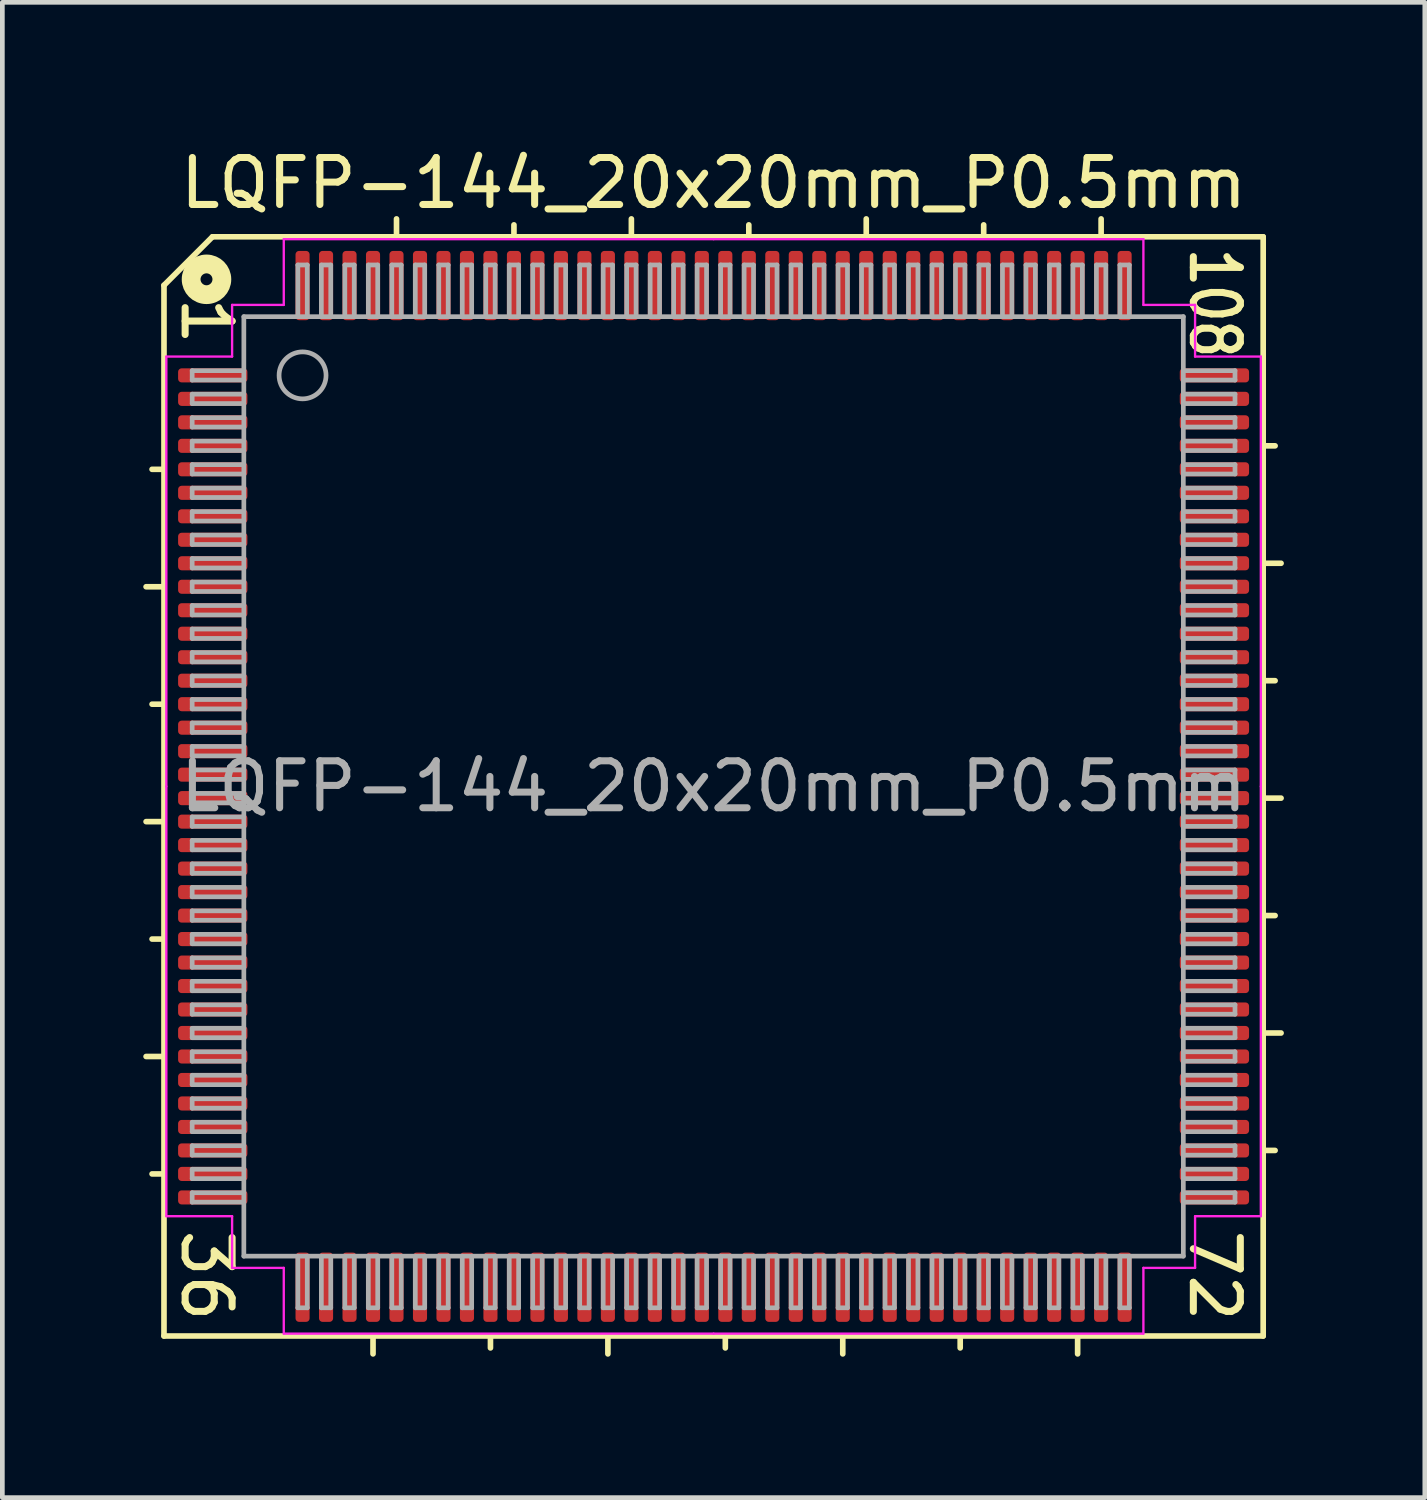
<source format=kicad_pcb>
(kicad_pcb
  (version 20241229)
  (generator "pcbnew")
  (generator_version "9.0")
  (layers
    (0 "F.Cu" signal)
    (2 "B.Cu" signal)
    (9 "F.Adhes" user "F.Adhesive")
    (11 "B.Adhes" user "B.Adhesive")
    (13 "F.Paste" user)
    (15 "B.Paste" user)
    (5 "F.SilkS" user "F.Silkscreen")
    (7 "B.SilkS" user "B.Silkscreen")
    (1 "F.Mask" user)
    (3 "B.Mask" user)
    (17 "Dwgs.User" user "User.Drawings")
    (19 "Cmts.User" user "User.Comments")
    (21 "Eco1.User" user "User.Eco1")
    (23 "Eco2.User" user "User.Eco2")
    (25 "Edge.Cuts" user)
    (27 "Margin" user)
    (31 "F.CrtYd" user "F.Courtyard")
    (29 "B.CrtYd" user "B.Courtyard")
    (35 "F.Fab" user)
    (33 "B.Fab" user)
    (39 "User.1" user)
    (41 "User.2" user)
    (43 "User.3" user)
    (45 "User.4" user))
  (footprint "LQFP-144_20x20mm_P0.5mm"
    (layer "F.Cu")
    (at 12.141 13.691)
    (property "Reference" "LQFP-144_20x20mm_P0.5mm" (at 0 -12.843 0) (layer "F.SilkS") (effects (font (size 1 1) (thickness 0.15))))
    (attr smd)
    (fp_line (start -11.7 -10.668) (end -11.7 11.7) (stroke (width 0.12) (type solid)) (layer "F.SilkS"))
    (fp_line (start -11.7 -6.75) (end -11.954 -6.75) (stroke (width 0.12) (type solid)) (layer "F.SilkS"))
    (fp_line (start -11.7 -4.25) (end -12.081 -4.25) (stroke (width 0.12) (type solid)) (layer "F.SilkS"))
    (fp_line (start -11.7 -1.75) (end -11.954 -1.75) (stroke (width 0.12) (type solid)) (layer "F.SilkS"))
    (fp_line (start -11.7 0.75) (end -12.081 0.75) (stroke (width 0.12) (type solid)) (layer "F.SilkS"))
    (fp_line (start -11.7 3.25) (end -11.954 3.25) (stroke (width 0.12) (type solid)) (layer "F.SilkS"))
    (fp_line (start -11.7 5.75) (end -12.081 5.75) (stroke (width 0.12) (type solid)) (layer "F.SilkS"))
    (fp_line (start -11.7 8.25) (end -11.954 8.25) (stroke (width 0.12) (type solid)) (layer "F.SilkS"))
    (fp_line (start -11.7 11.7) (end 11.7 11.7) (stroke (width 0.12) (type solid)) (layer "F.SilkS"))
    (fp_line (start -10.668 -11.7) (end -11.7 -10.668) (stroke (width 0.12) (type solid)) (layer "F.SilkS"))
    (fp_line (start -7.25 11.7) (end -7.25 12.081) (stroke (width 0.12) (type solid)) (layer "F.SilkS"))
    (fp_line (start -6.75 -11.7) (end -6.75 -12.081) (stroke (width 0.12) (type solid)) (layer "F.SilkS"))
    (fp_line (start -4.75 11.7) (end -4.75 11.954) (stroke (width 0.12) (type solid)) (layer "F.SilkS"))
    (fp_line (start -4.25 -11.7) (end -4.25 -11.954) (stroke (width 0.12) (type solid)) (layer "F.SilkS"))
    (fp_line (start -2.25 11.7) (end -2.25 12.081) (stroke (width 0.12) (type solid)) (layer "F.SilkS"))
    (fp_line (start -1.75 -11.7) (end -1.75 -12.081) (stroke (width 0.12) (type solid)) (layer "F.SilkS"))
    (fp_line (start 0.25 11.7) (end 0.25 11.954) (stroke (width 0.12) (type solid)) (layer "F.SilkS"))
    (fp_line (start 0.75 -11.7) (end 0.75 -11.954) (stroke (width 0.12) (type solid)) (layer "F.SilkS"))
    (fp_line (start 2.75 11.7) (end 2.75 12.081) (stroke (width 0.12) (type solid)) (layer "F.SilkS"))
    (fp_line (start 3.25 -11.7) (end 3.25 -12.081) (stroke (width 0.12) (type solid)) (layer "F.SilkS"))
    (fp_line (start 5.25 11.7) (end 5.25 11.954) (stroke (width 0.12) (type solid)) (layer "F.SilkS"))
    (fp_line (start 5.75 -11.7) (end 5.75 -11.954) (stroke (width 0.12) (type solid)) (layer "F.SilkS"))
    (fp_line (start 7.75 11.7) (end 7.75 12.081) (stroke (width 0.12) (type solid)) (layer "F.SilkS"))
    (fp_line (start 8.25 -11.7) (end 8.25 -12.081) (stroke (width 0.12) (type solid)) (layer "F.SilkS"))
    (fp_line (start 11.7 -11.7) (end -10.668 -11.7) (stroke (width 0.12) (type solid)) (layer "F.SilkS"))
    (fp_line (start 11.7 -7.25) (end 11.954 -7.25) (stroke (width 0.12) (type solid)) (layer "F.SilkS"))
    (fp_line (start 11.7 -4.75) (end 12.081 -4.75) (stroke (width 0.12) (type solid)) (layer "F.SilkS"))
    (fp_line (start 11.7 -2.25) (end 11.954 -2.25) (stroke (width 0.12) (type solid)) (layer "F.SilkS"))
    (fp_line (start 11.7 0.25) (end 12.081 0.25) (stroke (width 0.12) (type solid)) (layer "F.SilkS"))
    (fp_line (start 11.7 2.75) (end 11.954 2.75) (stroke (width 0.12) (type solid)) (layer "F.SilkS"))
    (fp_line (start 11.7 5.25) (end 12.081 5.25) (stroke (width 0.12) (type solid)) (layer "F.SilkS"))
    (fp_line (start 11.7 7.75) (end 11.954 7.75) (stroke (width 0.12) (type solid)) (layer "F.SilkS"))
    (fp_line (start 11.7 11.7) (end 11.7 -11.7) (stroke (width 0.12) (type solid)) (layer "F.SilkS"))
    (fp_circle (center -10.795 -10.795) (end -10.668 -10.795) (stroke (width 0.4) (type solid)) (fill no) (layer "F.SilkS"))
    (fp_line (start -11.65 -9.15) (end -11.65 0) (stroke (width 0.05) (type solid)) (layer "F.CrtYd"))
    (fp_line (start -11.65 9.15) (end -11.65 0) (stroke (width 0.05) (type solid)) (layer "F.CrtYd"))
    (fp_line (start -10.25 -10.25) (end -10.25 -9.15) (stroke (width 0.05) (type solid)) (layer "F.CrtYd"))
    (fp_line (start -10.25 -9.15) (end -11.65 -9.15) (stroke (width 0.05) (type solid)) (layer "F.CrtYd"))
    (fp_line (start -10.25 9.15) (end -11.65 9.15) (stroke (width 0.05) (type solid)) (layer "F.CrtYd"))
    (fp_line (start -10.25 10.25) (end -10.25 9.15) (stroke (width 0.05) (type solid)) (layer "F.CrtYd"))
    (fp_line (start -9.15 -11.65) (end -9.15 -10.25) (stroke (width 0.05) (type solid)) (layer "F.CrtYd"))
    (fp_line (start -9.15 -10.25) (end -10.25 -10.25) (stroke (width 0.05) (type solid)) (layer "F.CrtYd"))
    (fp_line (start -9.15 10.25) (end -10.25 10.25) (stroke (width 0.05) (type solid)) (layer "F.CrtYd"))
    (fp_line (start -9.15 11.65) (end -9.15 10.25) (stroke (width 0.05) (type solid)) (layer "F.CrtYd"))
    (fp_line (start 0 -11.65) (end -9.15 -11.65) (stroke (width 0.05) (type solid)) (layer "F.CrtYd"))
    (fp_line (start 0 -11.65) (end 9.15 -11.65) (stroke (width 0.05) (type solid)) (layer "F.CrtYd"))
    (fp_line (start 0 11.65) (end -9.15 11.65) (stroke (width 0.05) (type solid)) (layer "F.CrtYd"))
    (fp_line (start 0 11.65) (end 9.15 11.65) (stroke (width 0.05) (type solid)) (layer "F.CrtYd"))
    (fp_line (start 9.15 -11.65) (end 9.15 -10.25) (stroke (width 0.05) (type solid)) (layer "F.CrtYd"))
    (fp_line (start 9.15 -10.25) (end 10.25 -10.25) (stroke (width 0.05) (type solid)) (layer "F.CrtYd"))
    (fp_line (start 9.15 10.25) (end 10.25 10.25) (stroke (width 0.05) (type solid)) (layer "F.CrtYd"))
    (fp_line (start 9.15 11.65) (end 9.15 10.25) (stroke (width 0.05) (type solid)) (layer "F.CrtYd"))
    (fp_line (start 10.25 -10.25) (end 10.25 -9.15) (stroke (width 0.05) (type solid)) (layer "F.CrtYd"))
    (fp_line (start 10.25 -9.15) (end 11.65 -9.15) (stroke (width 0.05) (type solid)) (layer "F.CrtYd"))
    (fp_line (start 10.25 9.15) (end 11.65 9.15) (stroke (width 0.05) (type solid)) (layer "F.CrtYd"))
    (fp_line (start 10.25 10.25) (end 10.25 9.15) (stroke (width 0.05) (type solid)) (layer "F.CrtYd"))
    (fp_line (start 11.65 -9.15) (end 11.65 0) (stroke (width 0.05) (type solid)) (layer "F.CrtYd"))
    (fp_line (start 11.65 9.15) (end 11.65 0) (stroke (width 0.05) (type solid)) (layer "F.CrtYd"))
    (fp_line (start -11.1 -8.85) (end -11.1 -8.65) (stroke (width 0.1) (type solid)) (layer "F.Fab"))
    (fp_line (start -11.1 -8.85) (end -10 -8.85) (stroke (width 0.1) (type solid)) (layer "F.Fab"))
    (fp_line (start -11.1 -8.65) (end -10 -8.65) (stroke (width 0.1) (type solid)) (layer "F.Fab"))
    (fp_line (start -11.1 -8.35) (end -11.1 -8.15) (stroke (width 0.1) (type solid)) (layer "F.Fab"))
    (fp_line (start -11.1 -8.35) (end -10 -8.35) (stroke (width 0.1) (type solid)) (layer "F.Fab"))
    (fp_line (start -11.1 -8.15) (end -10 -8.15) (stroke (width 0.1) (type solid)) (layer "F.Fab"))
    (fp_line (start -11.1 -7.85) (end -11.1 -7.65) (stroke (width 0.1) (type solid)) (layer "F.Fab"))
    (fp_line (start -11.1 -7.85) (end -10 -7.85) (stroke (width 0.1) (type solid)) (layer "F.Fab"))
    (fp_line (start -11.1 -7.65) (end -10 -7.65) (stroke (width 0.1) (type solid)) (layer "F.Fab"))
    (fp_line (start -11.1 -7.35) (end -11.1 -7.15) (stroke (width 0.1) (type solid)) (layer "F.Fab"))
    (fp_line (start -11.1 -7.35) (end -10 -7.35) (stroke (width 0.1) (type solid)) (layer "F.Fab"))
    (fp_line (start -11.1 -7.15) (end -10 -7.15) (stroke (width 0.1) (type solid)) (layer "F.Fab"))
    (fp_line (start -11.1 -6.85) (end -11.1 -6.65) (stroke (width 0.1) (type solid)) (layer "F.Fab"))
    (fp_line (start -11.1 -6.85) (end -10 -6.85) (stroke (width 0.1) (type solid)) (layer "F.Fab"))
    (fp_line (start -11.1 -6.65) (end -10 -6.65) (stroke (width 0.1) (type solid)) (layer "F.Fab"))
    (fp_line (start -11.1 -6.35) (end -11.1 -6.15) (stroke (width 0.1) (type solid)) (layer "F.Fab"))
    (fp_line (start -11.1 -6.35) (end -10 -6.35) (stroke (width 0.1) (type solid)) (layer "F.Fab"))
    (fp_line (start -11.1 -6.15) (end -10 -6.15) (stroke (width 0.1) (type solid)) (layer "F.Fab"))
    (fp_line (start -11.1 -5.85) (end -11.1 -5.65) (stroke (width 0.1) (type solid)) (layer "F.Fab"))
    (fp_line (start -11.1 -5.85) (end -10 -5.85) (stroke (width 0.1) (type solid)) (layer "F.Fab"))
    (fp_line (start -11.1 -5.65) (end -10 -5.65) (stroke (width 0.1) (type solid)) (layer "F.Fab"))
    (fp_line (start -11.1 -5.35) (end -11.1 -5.15) (stroke (width 0.1) (type solid)) (layer "F.Fab"))
    (fp_line (start -11.1 -5.35) (end -10 -5.35) (stroke (width 0.1) (type solid)) (layer "F.Fab"))
    (fp_line (start -11.1 -5.15) (end -10 -5.15) (stroke (width 0.1) (type solid)) (layer "F.Fab"))
    (fp_line (start -11.1 -4.85) (end -11.1 -4.65) (stroke (width 0.1) (type solid)) (layer "F.Fab"))
    (fp_line (start -11.1 -4.85) (end -10 -4.85) (stroke (width 0.1) (type solid)) (layer "F.Fab"))
    (fp_line (start -11.1 -4.65) (end -10 -4.65) (stroke (width 0.1) (type solid)) (layer "F.Fab"))
    (fp_line (start -11.1 -4.35) (end -11.1 -4.15) (stroke (width 0.1) (type solid)) (layer "F.Fab"))
    (fp_line (start -11.1 -4.35) (end -10 -4.35) (stroke (width 0.1) (type solid)) (layer "F.Fab"))
    (fp_line (start -11.1 -4.15) (end -10 -4.15) (stroke (width 0.1) (type solid)) (layer "F.Fab"))
    (fp_line (start -11.1 -3.85) (end -11.1 -3.65) (stroke (width 0.1) (type solid)) (layer "F.Fab"))
    (fp_line (start -11.1 -3.85) (end -10 -3.85) (stroke (width 0.1) (type solid)) (layer "F.Fab"))
    (fp_line (start -11.1 -3.65) (end -10 -3.65) (stroke (width 0.1) (type solid)) (layer "F.Fab"))
    (fp_line (start -11.1 -3.35) (end -11.1 -3.15) (stroke (width 0.1) (type solid)) (layer "F.Fab"))
    (fp_line (start -11.1 -3.35) (end -10 -3.35) (stroke (width 0.1) (type solid)) (layer "F.Fab"))
    (fp_line (start -11.1 -3.15) (end -10 -3.15) (stroke (width 0.1) (type solid)) (layer "F.Fab"))
    (fp_line (start -11.1 -2.85) (end -11.1 -2.65) (stroke (width 0.1) (type solid)) (layer "F.Fab"))
    (fp_line (start -11.1 -2.85) (end -10 -2.85) (stroke (width 0.1) (type solid)) (layer "F.Fab"))
    (fp_line (start -11.1 -2.65) (end -10 -2.65) (stroke (width 0.1) (type solid)) (layer "F.Fab"))
    (fp_line (start -11.1 -2.35) (end -11.1 -2.15) (stroke (width 0.1) (type solid)) (layer "F.Fab"))
    (fp_line (start -11.1 -2.35) (end -10 -2.35) (stroke (width 0.1) (type solid)) (layer "F.Fab"))
    (fp_line (start -11.1 -2.15) (end -10 -2.15) (stroke (width 0.1) (type solid)) (layer "F.Fab"))
    (fp_line (start -11.1 -1.85) (end -11.1 -1.65) (stroke (width 0.1) (type solid)) (layer "F.Fab"))
    (fp_line (start -11.1 -1.85) (end -10 -1.85) (stroke (width 0.1) (type solid)) (layer "F.Fab"))
    (fp_line (start -11.1 -1.65) (end -10 -1.65) (stroke (width 0.1) (type solid)) (layer "F.Fab"))
    (fp_line (start -11.1 -1.35) (end -11.1 -1.15) (stroke (width 0.1) (type solid)) (layer "F.Fab"))
    (fp_line (start -11.1 -1.35) (end -10 -1.35) (stroke (width 0.1) (type solid)) (layer "F.Fab"))
    (fp_line (start -11.1 -1.15) (end -10 -1.15) (stroke (width 0.1) (type solid)) (layer "F.Fab"))
    (fp_line (start -11.1 -0.85) (end -11.1 -0.65) (stroke (width 0.1) (type solid)) (layer "F.Fab"))
    (fp_line (start -11.1 -0.85) (end -10 -0.85) (stroke (width 0.1) (type solid)) (layer "F.Fab"))
    (fp_line (start -11.1 -0.65) (end -10 -0.65) (stroke (width 0.1) (type solid)) (layer "F.Fab"))
    (fp_line (start -11.1 -0.35) (end -11.1 -0.15) (stroke (width 0.1) (type solid)) (layer "F.Fab"))
    (fp_line (start -11.1 -0.35) (end -10 -0.35) (stroke (width 0.1) (type solid)) (layer "F.Fab"))
    (fp_line (start -11.1 -0.15) (end -10 -0.15) (stroke (width 0.1) (type solid)) (layer "F.Fab"))
    (fp_line (start -11.1 0.15) (end -11.1 0.35) (stroke (width 0.1) (type solid)) (layer "F.Fab"))
    (fp_line (start -11.1 0.15) (end -10 0.15) (stroke (width 0.1) (type solid)) (layer "F.Fab"))
    (fp_line (start -11.1 0.35) (end -10 0.35) (stroke (width 0.1) (type solid)) (layer "F.Fab"))
    (fp_line (start -11.1 0.65) (end -11.1 0.85) (stroke (width 0.1) (type solid)) (layer "F.Fab"))
    (fp_line (start -11.1 0.65) (end -10 0.65) (stroke (width 0.1) (type solid)) (layer "F.Fab"))
    (fp_line (start -11.1 0.85) (end -10 0.85) (stroke (width 0.1) (type solid)) (layer "F.Fab"))
    (fp_line (start -11.1 1.15) (end -11.1 1.35) (stroke (width 0.1) (type solid)) (layer "F.Fab"))
    (fp_line (start -11.1 1.15) (end -10 1.15) (stroke (width 0.1) (type solid)) (layer "F.Fab"))
    (fp_line (start -11.1 1.35) (end -10 1.35) (stroke (width 0.1) (type solid)) (layer "F.Fab"))
    (fp_line (start -11.1 1.65) (end -11.1 1.85) (stroke (width 0.1) (type solid)) (layer "F.Fab"))
    (fp_line (start -11.1 1.65) (end -10 1.65) (stroke (width 0.1) (type solid)) (layer "F.Fab"))
    (fp_line (start -11.1 1.85) (end -10 1.85) (stroke (width 0.1) (type solid)) (layer "F.Fab"))
    (fp_line (start -11.1 2.15) (end -11.1 2.35) (stroke (width 0.1) (type solid)) (layer "F.Fab"))
    (fp_line (start -11.1 2.15) (end -10 2.15) (stroke (width 0.1) (type solid)) (layer "F.Fab"))
    (fp_line (start -11.1 2.35) (end -10 2.35) (stroke (width 0.1) (type solid)) (layer "F.Fab"))
    (fp_line (start -11.1 2.65) (end -11.1 2.85) (stroke (width 0.1) (type solid)) (layer "F.Fab"))
    (fp_line (start -11.1 2.65) (end -10 2.65) (stroke (width 0.1) (type solid)) (layer "F.Fab"))
    (fp_line (start -11.1 2.85) (end -10 2.85) (stroke (width 0.1) (type solid)) (layer "F.Fab"))
    (fp_line (start -11.1 3.15) (end -11.1 3.35) (stroke (width 0.1) (type solid)) (layer "F.Fab"))
    (fp_line (start -11.1 3.15) (end -10 3.15) (stroke (width 0.1) (type solid)) (layer "F.Fab"))
    (fp_line (start -11.1 3.35) (end -10 3.35) (stroke (width 0.1) (type solid)) (layer "F.Fab"))
    (fp_line (start -11.1 3.65) (end -11.1 3.85) (stroke (width 0.1) (type solid)) (layer "F.Fab"))
    (fp_line (start -11.1 3.65) (end -10 3.65) (stroke (width 0.1) (type solid)) (layer "F.Fab"))
    (fp_line (start -11.1 3.85) (end -10 3.85) (stroke (width 0.1) (type solid)) (layer "F.Fab"))
    (fp_line (start -11.1 4.15) (end -11.1 4.35) (stroke (width 0.1) (type solid)) (layer "F.Fab"))
    (fp_line (start -11.1 4.15) (end -10 4.15) (stroke (width 0.1) (type solid)) (layer "F.Fab"))
    (fp_line (start -11.1 4.35) (end -10 4.35) (stroke (width 0.1) (type solid)) (layer "F.Fab"))
    (fp_line (start -11.1 4.65) (end -11.1 4.85) (stroke (width 0.1) (type solid)) (layer "F.Fab"))
    (fp_line (start -11.1 4.65) (end -10 4.65) (stroke (width 0.1) (type solid)) (layer "F.Fab"))
    (fp_line (start -11.1 4.85) (end -10 4.85) (stroke (width 0.1) (type solid)) (layer "F.Fab"))
    (fp_line (start -11.1 5.15) (end -11.1 5.35) (stroke (width 0.1) (type solid)) (layer "F.Fab"))
    (fp_line (start -11.1 5.15) (end -10 5.15) (stroke (width 0.1) (type solid)) (layer "F.Fab"))
    (fp_line (start -11.1 5.35) (end -10 5.35) (stroke (width 0.1) (type solid)) (layer "F.Fab"))
    (fp_line (start -11.1 5.65) (end -11.1 5.85) (stroke (width 0.1) (type solid)) (layer "F.Fab"))
    (fp_line (start -11.1 5.65) (end -10 5.65) (stroke (width 0.1) (type solid)) (layer "F.Fab"))
    (fp_line (start -11.1 5.85) (end -10 5.85) (stroke (width 0.1) (type solid)) (layer "F.Fab"))
    (fp_line (start -11.1 6.15) (end -11.1 6.35) (stroke (width 0.1) (type solid)) (layer "F.Fab"))
    (fp_line (start -11.1 6.15) (end -10 6.15) (stroke (width 0.1) (type solid)) (layer "F.Fab"))
    (fp_line (start -11.1 6.35) (end -10 6.35) (stroke (width 0.1) (type solid)) (layer "F.Fab"))
    (fp_line (start -11.1 6.65) (end -11.1 6.85) (stroke (width 0.1) (type solid)) (layer "F.Fab"))
    (fp_line (start -11.1 6.65) (end -10 6.65) (stroke (width 0.1) (type solid)) (layer "F.Fab"))
    (fp_line (start -11.1 6.85) (end -10 6.85) (stroke (width 0.1) (type solid)) (layer "F.Fab"))
    (fp_line (start -11.1 7.15) (end -11.1 7.35) (stroke (width 0.1) (type solid)) (layer "F.Fab"))
    (fp_line (start -11.1 7.15) (end -10 7.15) (stroke (width 0.1) (type solid)) (layer "F.Fab"))
    (fp_line (start -11.1 7.35) (end -10 7.35) (stroke (width 0.1) (type solid)) (layer "F.Fab"))
    (fp_line (start -11.1 7.65) (end -11.1 7.85) (stroke (width 0.1) (type solid)) (layer "F.Fab"))
    (fp_line (start -11.1 7.65) (end -10 7.65) (stroke (width 0.1) (type solid)) (layer "F.Fab"))
    (fp_line (start -11.1 7.85) (end -10 7.85) (stroke (width 0.1) (type solid)) (layer "F.Fab"))
    (fp_line (start -11.1 8.15) (end -11.1 8.35) (stroke (width 0.1) (type solid)) (layer "F.Fab"))
    (fp_line (start -11.1 8.15) (end -10 8.15) (stroke (width 0.1) (type solid)) (layer "F.Fab"))
    (fp_line (start -11.1 8.35) (end -10 8.35) (stroke (width 0.1) (type solid)) (layer "F.Fab"))
    (fp_line (start -11.1 8.65) (end -11.1 8.85) (stroke (width 0.1) (type solid)) (layer "F.Fab"))
    (fp_line (start -11.1 8.65) (end -10 8.65) (stroke (width 0.1) (type solid)) (layer "F.Fab"))
    (fp_line (start -11.1 8.85) (end -10 8.85) (stroke (width 0.1) (type solid)) (layer "F.Fab"))
    (fp_line (start -10 -10) (end 10 -10) (stroke (width 0.1) (type solid)) (layer "F.Fab"))
    (fp_line (start -10 10) (end -10 -10) (stroke (width 0.1) (type solid)) (layer "F.Fab"))
    (fp_line (start -8.85 -11.1) (end -8.85 -10) (stroke (width 0.1) (type solid)) (layer "F.Fab"))
    (fp_line (start -8.85 11.1) (end -8.85 10) (stroke (width 0.1) (type solid)) (layer "F.Fab"))
    (fp_line (start -8.85 11.1) (end -8.65 11.1) (stroke (width 0.1) (type solid)) (layer "F.Fab"))
    (fp_line (start -8.65 -11.1) (end -8.85 -11.1) (stroke (width 0.1) (type solid)) (layer "F.Fab"))
    (fp_line (start -8.65 -11.1) (end -8.65 -10) (stroke (width 0.1) (type solid)) (layer "F.Fab"))
    (fp_line (start -8.65 11.1) (end -8.65 10) (stroke (width 0.1) (type solid)) (layer "F.Fab"))
    (fp_line (start -8.35 -11.1) (end -8.35 -10) (stroke (width 0.1) (type solid)) (layer "F.Fab"))
    (fp_line (start -8.35 11.1) (end -8.35 10) (stroke (width 0.1) (type solid)) (layer "F.Fab"))
    (fp_line (start -8.35 11.1) (end -8.15 11.1) (stroke (width 0.1) (type solid)) (layer "F.Fab"))
    (fp_line (start -8.15 -11.1) (end -8.35 -11.1) (stroke (width 0.1) (type solid)) (layer "F.Fab"))
    (fp_line (start -8.15 -11.1) (end -8.15 -10) (stroke (width 0.1) (type solid)) (layer "F.Fab"))
    (fp_line (start -8.15 11.1) (end -8.15 10) (stroke (width 0.1) (type solid)) (layer "F.Fab"))
    (fp_line (start -7.85 -11.1) (end -7.85 -10) (stroke (width 0.1) (type solid)) (layer "F.Fab"))
    (fp_line (start -7.85 11.1) (end -7.85 10) (stroke (width 0.1) (type solid)) (layer "F.Fab"))
    (fp_line (start -7.85 11.1) (end -7.65 11.1) (stroke (width 0.1) (type solid)) (layer "F.Fab"))
    (fp_line (start -7.65 -11.1) (end -7.85 -11.1) (stroke (width 0.1) (type solid)) (layer "F.Fab"))
    (fp_line (start -7.65 -11.1) (end -7.65 -10) (stroke (width 0.1) (type solid)) (layer "F.Fab"))
    (fp_line (start -7.65 11.1) (end -7.65 10) (stroke (width 0.1) (type solid)) (layer "F.Fab"))
    (fp_line (start -7.35 -11.1) (end -7.35 -10) (stroke (width 0.1) (type solid)) (layer "F.Fab"))
    (fp_line (start -7.35 11.1) (end -7.35 10) (stroke (width 0.1) (type solid)) (layer "F.Fab"))
    (fp_line (start -7.35 11.1) (end -7.15 11.1) (stroke (width 0.1) (type solid)) (layer "F.Fab"))
    (fp_line (start -7.15 -11.1) (end -7.35 -11.1) (stroke (width 0.1) (type solid)) (layer "F.Fab"))
    (fp_line (start -7.15 -11.1) (end -7.15 -10) (stroke (width 0.1) (type solid)) (layer "F.Fab"))
    (fp_line (start -7.15 11.1) (end -7.15 10) (stroke (width 0.1) (type solid)) (layer "F.Fab"))
    (fp_line (start -6.85 -11.1) (end -6.85 -10) (stroke (width 0.1) (type solid)) (layer "F.Fab"))
    (fp_line (start -6.85 11.1) (end -6.85 10) (stroke (width 0.1) (type solid)) (layer "F.Fab"))
    (fp_line (start -6.85 11.1) (end -6.65 11.1) (stroke (width 0.1) (type solid)) (layer "F.Fab"))
    (fp_line (start -6.65 -11.1) (end -6.85 -11.1) (stroke (width 0.1) (type solid)) (layer "F.Fab"))
    (fp_line (start -6.65 -11.1) (end -6.65 -10) (stroke (width 0.1) (type solid)) (layer "F.Fab"))
    (fp_line (start -6.65 11.1) (end -6.65 10) (stroke (width 0.1) (type solid)) (layer "F.Fab"))
    (fp_line (start -6.35 -11.1) (end -6.35 -10) (stroke (width 0.1) (type solid)) (layer "F.Fab"))
    (fp_line (start -6.35 11.1) (end -6.35 10) (stroke (width 0.1) (type solid)) (layer "F.Fab"))
    (fp_line (start -6.35 11.1) (end -6.15 11.1) (stroke (width 0.1) (type solid)) (layer "F.Fab"))
    (fp_line (start -6.15 -11.1) (end -6.35 -11.1) (stroke (width 0.1) (type solid)) (layer "F.Fab"))
    (fp_line (start -6.15 -11.1) (end -6.15 -10) (stroke (width 0.1) (type solid)) (layer "F.Fab"))
    (fp_line (start -6.15 11.1) (end -6.15 10) (stroke (width 0.1) (type solid)) (layer "F.Fab"))
    (fp_line (start -5.85 -11.1) (end -5.85 -10) (stroke (width 0.1) (type solid)) (layer "F.Fab"))
    (fp_line (start -5.85 11.1) (end -5.85 10) (stroke (width 0.1) (type solid)) (layer "F.Fab"))
    (fp_line (start -5.85 11.1) (end -5.65 11.1) (stroke (width 0.1) (type solid)) (layer "F.Fab"))
    (fp_line (start -5.65 -11.1) (end -5.85 -11.1) (stroke (width 0.1) (type solid)) (layer "F.Fab"))
    (fp_line (start -5.65 -11.1) (end -5.65 -10) (stroke (width 0.1) (type solid)) (layer "F.Fab"))
    (fp_line (start -5.65 11.1) (end -5.65 10) (stroke (width 0.1) (type solid)) (layer "F.Fab"))
    (fp_line (start -5.35 -11.1) (end -5.35 -10) (stroke (width 0.1) (type solid)) (layer "F.Fab"))
    (fp_line (start -5.35 11.1) (end -5.35 10) (stroke (width 0.1) (type solid)) (layer "F.Fab"))
    (fp_line (start -5.35 11.1) (end -5.15 11.1) (stroke (width 0.1) (type solid)) (layer "F.Fab"))
    (fp_line (start -5.15 -11.1) (end -5.35 -11.1) (stroke (width 0.1) (type solid)) (layer "F.Fab"))
    (fp_line (start -5.15 -11.1) (end -5.15 -10) (stroke (width 0.1) (type solid)) (layer "F.Fab"))
    (fp_line (start -5.15 11.1) (end -5.15 10) (stroke (width 0.1) (type solid)) (layer "F.Fab"))
    (fp_line (start -4.85 -11.1) (end -4.85 -10) (stroke (width 0.1) (type solid)) (layer "F.Fab"))
    (fp_line (start -4.85 11.1) (end -4.85 10) (stroke (width 0.1) (type solid)) (layer "F.Fab"))
    (fp_line (start -4.85 11.1) (end -4.65 11.1) (stroke (width 0.1) (type solid)) (layer "F.Fab"))
    (fp_line (start -4.65 -11.1) (end -4.85 -11.1) (stroke (width 0.1) (type solid)) (layer "F.Fab"))
    (fp_line (start -4.65 -11.1) (end -4.65 -10) (stroke (width 0.1) (type solid)) (layer "F.Fab"))
    (fp_line (start -4.65 11.1) (end -4.65 10) (stroke (width 0.1) (type solid)) (layer "F.Fab"))
    (fp_line (start -4.35 -11.1) (end -4.35 -10) (stroke (width 0.1) (type solid)) (layer "F.Fab"))
    (fp_line (start -4.35 11.1) (end -4.35 10) (stroke (width 0.1) (type solid)) (layer "F.Fab"))
    (fp_line (start -4.35 11.1) (end -4.15 11.1) (stroke (width 0.1) (type solid)) (layer "F.Fab"))
    (fp_line (start -4.15 -11.1) (end -4.35 -11.1) (stroke (width 0.1) (type solid)) (layer "F.Fab"))
    (fp_line (start -4.15 -11.1) (end -4.15 -10) (stroke (width 0.1) (type solid)) (layer "F.Fab"))
    (fp_line (start -4.15 11.1) (end -4.15 10) (stroke (width 0.1) (type solid)) (layer "F.Fab"))
    (fp_line (start -3.85 -11.1) (end -3.85 -10) (stroke (width 0.1) (type solid)) (layer "F.Fab"))
    (fp_line (start -3.85 11.1) (end -3.85 10) (stroke (width 0.1) (type solid)) (layer "F.Fab"))
    (fp_line (start -3.85 11.1) (end -3.65 11.1) (stroke (width 0.1) (type solid)) (layer "F.Fab"))
    (fp_line (start -3.65 -11.1) (end -3.85 -11.1) (stroke (width 0.1) (type solid)) (layer "F.Fab"))
    (fp_line (start -3.65 -11.1) (end -3.65 -10) (stroke (width 0.1) (type solid)) (layer "F.Fab"))
    (fp_line (start -3.65 11.1) (end -3.65 10) (stroke (width 0.1) (type solid)) (layer "F.Fab"))
    (fp_line (start -3.35 -11.1) (end -3.35 -10) (stroke (width 0.1) (type solid)) (layer "F.Fab"))
    (fp_line (start -3.35 11.1) (end -3.35 10) (stroke (width 0.1) (type solid)) (layer "F.Fab"))
    (fp_line (start -3.35 11.1) (end -3.15 11.1) (stroke (width 0.1) (type solid)) (layer "F.Fab"))
    (fp_line (start -3.15 -11.1) (end -3.35 -11.1) (stroke (width 0.1) (type solid)) (layer "F.Fab"))
    (fp_line (start -3.15 -11.1) (end -3.15 -10) (stroke (width 0.1) (type solid)) (layer "F.Fab"))
    (fp_line (start -3.15 11.1) (end -3.15 10) (stroke (width 0.1) (type solid)) (layer "F.Fab"))
    (fp_line (start -2.85 -11.1) (end -2.85 -10) (stroke (width 0.1) (type solid)) (layer "F.Fab"))
    (fp_line (start -2.85 11.1) (end -2.85 10) (stroke (width 0.1) (type solid)) (layer "F.Fab"))
    (fp_line (start -2.85 11.1) (end -2.65 11.1) (stroke (width 0.1) (type solid)) (layer "F.Fab"))
    (fp_line (start -2.65 -11.1) (end -2.85 -11.1) (stroke (width 0.1) (type solid)) (layer "F.Fab"))
    (fp_line (start -2.65 -11.1) (end -2.65 -10) (stroke (width 0.1) (type solid)) (layer "F.Fab"))
    (fp_line (start -2.65 11.1) (end -2.65 10) (stroke (width 0.1) (type solid)) (layer "F.Fab"))
    (fp_line (start -2.35 -11.1) (end -2.35 -10) (stroke (width 0.1) (type solid)) (layer "F.Fab"))
    (fp_line (start -2.35 11.1) (end -2.35 10) (stroke (width 0.1) (type solid)) (layer "F.Fab"))
    (fp_line (start -2.35 11.1) (end -2.15 11.1) (stroke (width 0.1) (type solid)) (layer "F.Fab"))
    (fp_line (start -2.15 -11.1) (end -2.35 -11.1) (stroke (width 0.1) (type solid)) (layer "F.Fab"))
    (fp_line (start -2.15 -11.1) (end -2.15 -10) (stroke (width 0.1) (type solid)) (layer "F.Fab"))
    (fp_line (start -2.15 11.1) (end -2.15 10) (stroke (width 0.1) (type solid)) (layer "F.Fab"))
    (fp_line (start -1.85 -11.1) (end -1.85 -10) (stroke (width 0.1) (type solid)) (layer "F.Fab"))
    (fp_line (start -1.85 11.1) (end -1.85 10) (stroke (width 0.1) (type solid)) (layer "F.Fab"))
    (fp_line (start -1.85 11.1) (end -1.65 11.1) (stroke (width 0.1) (type solid)) (layer "F.Fab"))
    (fp_line (start -1.65 -11.1) (end -1.85 -11.1) (stroke (width 0.1) (type solid)) (layer "F.Fab"))
    (fp_line (start -1.65 -11.1) (end -1.65 -10) (stroke (width 0.1) (type solid)) (layer "F.Fab"))
    (fp_line (start -1.65 11.1) (end -1.65 10) (stroke (width 0.1) (type solid)) (layer "F.Fab"))
    (fp_line (start -1.35 -11.1) (end -1.35 -10) (stroke (width 0.1) (type solid)) (layer "F.Fab"))
    (fp_line (start -1.35 11.1) (end -1.35 10) (stroke (width 0.1) (type solid)) (layer "F.Fab"))
    (fp_line (start -1.35 11.1) (end -1.15 11.1) (stroke (width 0.1) (type solid)) (layer "F.Fab"))
    (fp_line (start -1.15 -11.1) (end -1.35 -11.1) (stroke (width 0.1) (type solid)) (layer "F.Fab"))
    (fp_line (start -1.15 -11.1) (end -1.15 -10) (stroke (width 0.1) (type solid)) (layer "F.Fab"))
    (fp_line (start -1.15 11.1) (end -1.15 10) (stroke (width 0.1) (type solid)) (layer "F.Fab"))
    (fp_line (start -0.85 -11.1) (end -0.85 -10) (stroke (width 0.1) (type solid)) (layer "F.Fab"))
    (fp_line (start -0.85 11.1) (end -0.85 10) (stroke (width 0.1) (type solid)) (layer "F.Fab"))
    (fp_line (start -0.85 11.1) (end -0.65 11.1) (stroke (width 0.1) (type solid)) (layer "F.Fab"))
    (fp_line (start -0.65 -11.1) (end -0.85 -11.1) (stroke (width 0.1) (type solid)) (layer "F.Fab"))
    (fp_line (start -0.65 -11.1) (end -0.65 -10) (stroke (width 0.1) (type solid)) (layer "F.Fab"))
    (fp_line (start -0.65 11.1) (end -0.65 10) (stroke (width 0.1) (type solid)) (layer "F.Fab"))
    (fp_line (start -0.35 -11.1) (end -0.35 -10) (stroke (width 0.1) (type solid)) (layer "F.Fab"))
    (fp_line (start -0.35 11.1) (end -0.35 10) (stroke (width 0.1) (type solid)) (layer "F.Fab"))
    (fp_line (start -0.35 11.1) (end -0.15 11.1) (stroke (width 0.1) (type solid)) (layer "F.Fab"))
    (fp_line (start -0.15 -11.1) (end -0.35 -11.1) (stroke (width 0.1) (type solid)) (layer "F.Fab"))
    (fp_line (start -0.15 -11.1) (end -0.15 -10) (stroke (width 0.1) (type solid)) (layer "F.Fab"))
    (fp_line (start -0.15 11.1) (end -0.15 10) (stroke (width 0.1) (type solid)) (layer "F.Fab"))
    (fp_line (start 0.15 -11.1) (end 0.15 -10) (stroke (width 0.1) (type solid)) (layer "F.Fab"))
    (fp_line (start 0.15 11.1) (end 0.15 10) (stroke (width 0.1) (type solid)) (layer "F.Fab"))
    (fp_line (start 0.15 11.1) (end 0.35 11.1) (stroke (width 0.1) (type solid)) (layer "F.Fab"))
    (fp_line (start 0.35 -11.1) (end 0.15 -11.1) (stroke (width 0.1) (type solid)) (layer "F.Fab"))
    (fp_line (start 0.35 -11.1) (end 0.35 -10) (stroke (width 0.1) (type solid)) (layer "F.Fab"))
    (fp_line (start 0.35 11.1) (end 0.35 10) (stroke (width 0.1) (type solid)) (layer "F.Fab"))
    (fp_line (start 0.65 -11.1) (end 0.65 -10) (stroke (width 0.1) (type solid)) (layer "F.Fab"))
    (fp_line (start 0.65 11.1) (end 0.65 10) (stroke (width 0.1) (type solid)) (layer "F.Fab"))
    (fp_line (start 0.65 11.1) (end 0.85 11.1) (stroke (width 0.1) (type solid)) (layer "F.Fab"))
    (fp_line (start 0.85 -11.1) (end 0.65 -11.1) (stroke (width 0.1) (type solid)) (layer "F.Fab"))
    (fp_line (start 0.85 -11.1) (end 0.85 -10) (stroke (width 0.1) (type solid)) (layer "F.Fab"))
    (fp_line (start 0.85 11.1) (end 0.85 10) (stroke (width 0.1) (type solid)) (layer "F.Fab"))
    (fp_line (start 1.15 -11.1) (end 1.15 -10) (stroke (width 0.1) (type solid)) (layer "F.Fab"))
    (fp_line (start 1.15 11.1) (end 1.15 10) (stroke (width 0.1) (type solid)) (layer "F.Fab"))
    (fp_line (start 1.15 11.1) (end 1.35 11.1) (stroke (width 0.1) (type solid)) (layer "F.Fab"))
    (fp_line (start 1.35 -11.1) (end 1.15 -11.1) (stroke (width 0.1) (type solid)) (layer "F.Fab"))
    (fp_line (start 1.35 -11.1) (end 1.35 -10) (stroke (width 0.1) (type solid)) (layer "F.Fab"))
    (fp_line (start 1.35 11.1) (end 1.35 10) (stroke (width 0.1) (type solid)) (layer "F.Fab"))
    (fp_line (start 1.65 -11.1) (end 1.65 -10) (stroke (width 0.1) (type solid)) (layer "F.Fab"))
    (fp_line (start 1.65 11.1) (end 1.65 10) (stroke (width 0.1) (type solid)) (layer "F.Fab"))
    (fp_line (start 1.65 11.1) (end 1.85 11.1) (stroke (width 0.1) (type solid)) (layer "F.Fab"))
    (fp_line (start 1.85 -11.1) (end 1.65 -11.1) (stroke (width 0.1) (type solid)) (layer "F.Fab"))
    (fp_line (start 1.85 -11.1) (end 1.85 -10) (stroke (width 0.1) (type solid)) (layer "F.Fab"))
    (fp_line (start 1.85 11.1) (end 1.85 10) (stroke (width 0.1) (type solid)) (layer "F.Fab"))
    (fp_line (start 2.15 -11.1) (end 2.15 -10) (stroke (width 0.1) (type solid)) (layer "F.Fab"))
    (fp_line (start 2.15 11.1) (end 2.15 10) (stroke (width 0.1) (type solid)) (layer "F.Fab"))
    (fp_line (start 2.15 11.1) (end 2.35 11.1) (stroke (width 0.1) (type solid)) (layer "F.Fab"))
    (fp_line (start 2.35 -11.1) (end 2.15 -11.1) (stroke (width 0.1) (type solid)) (layer "F.Fab"))
    (fp_line (start 2.35 -11.1) (end 2.35 -10) (stroke (width 0.1) (type solid)) (layer "F.Fab"))
    (fp_line (start 2.35 11.1) (end 2.35 10) (stroke (width 0.1) (type solid)) (layer "F.Fab"))
    (fp_line (start 2.65 -11.1) (end 2.65 -10) (stroke (width 0.1) (type solid)) (layer "F.Fab"))
    (fp_line (start 2.65 11.1) (end 2.65 10) (stroke (width 0.1) (type solid)) (layer "F.Fab"))
    (fp_line (start 2.65 11.1) (end 2.85 11.1) (stroke (width 0.1) (type solid)) (layer "F.Fab"))
    (fp_line (start 2.85 -11.1) (end 2.65 -11.1) (stroke (width 0.1) (type solid)) (layer "F.Fab"))
    (fp_line (start 2.85 -11.1) (end 2.85 -10) (stroke (width 0.1) (type solid)) (layer "F.Fab"))
    (fp_line (start 2.85 11.1) (end 2.85 10) (stroke (width 0.1) (type solid)) (layer "F.Fab"))
    (fp_line (start 3.15 -11.1) (end 3.15 -10) (stroke (width 0.1) (type solid)) (layer "F.Fab"))
    (fp_line (start 3.15 11.1) (end 3.15 10) (stroke (width 0.1) (type solid)) (layer "F.Fab"))
    (fp_line (start 3.15 11.1) (end 3.35 11.1) (stroke (width 0.1) (type solid)) (layer "F.Fab"))
    (fp_line (start 3.35 -11.1) (end 3.15 -11.1) (stroke (width 0.1) (type solid)) (layer "F.Fab"))
    (fp_line (start 3.35 -11.1) (end 3.35 -10) (stroke (width 0.1) (type solid)) (layer "F.Fab"))
    (fp_line (start 3.35 11.1) (end 3.35 10) (stroke (width 0.1) (type solid)) (layer "F.Fab"))
    (fp_line (start 3.65 -11.1) (end 3.65 -10) (stroke (width 0.1) (type solid)) (layer "F.Fab"))
    (fp_line (start 3.65 11.1) (end 3.65 10) (stroke (width 0.1) (type solid)) (layer "F.Fab"))
    (fp_line (start 3.65 11.1) (end 3.85 11.1) (stroke (width 0.1) (type solid)) (layer "F.Fab"))
    (fp_line (start 3.85 -11.1) (end 3.65 -11.1) (stroke (width 0.1) (type solid)) (layer "F.Fab"))
    (fp_line (start 3.85 -11.1) (end 3.85 -10) (stroke (width 0.1) (type solid)) (layer "F.Fab"))
    (fp_line (start 3.85 11.1) (end 3.85 10) (stroke (width 0.1) (type solid)) (layer "F.Fab"))
    (fp_line (start 4.15 -11.1) (end 4.15 -10) (stroke (width 0.1) (type solid)) (layer "F.Fab"))
    (fp_line (start 4.15 11.1) (end 4.15 10) (stroke (width 0.1) (type solid)) (layer "F.Fab"))
    (fp_line (start 4.15 11.1) (end 4.35 11.1) (stroke (width 0.1) (type solid)) (layer "F.Fab"))
    (fp_line (start 4.35 -11.1) (end 4.15 -11.1) (stroke (width 0.1) (type solid)) (layer "F.Fab"))
    (fp_line (start 4.35 -11.1) (end 4.35 -10) (stroke (width 0.1) (type solid)) (layer "F.Fab"))
    (fp_line (start 4.35 11.1) (end 4.35 10) (stroke (width 0.1) (type solid)) (layer "F.Fab"))
    (fp_line (start 4.65 -11.1) (end 4.65 -10) (stroke (width 0.1) (type solid)) (layer "F.Fab"))
    (fp_line (start 4.65 11.1) (end 4.65 10) (stroke (width 0.1) (type solid)) (layer "F.Fab"))
    (fp_line (start 4.65 11.1) (end 4.85 11.1) (stroke (width 0.1) (type solid)) (layer "F.Fab"))
    (fp_line (start 4.85 -11.1) (end 4.65 -11.1) (stroke (width 0.1) (type solid)) (layer "F.Fab"))
    (fp_line (start 4.85 -11.1) (end 4.85 -10) (stroke (width 0.1) (type solid)) (layer "F.Fab"))
    (fp_line (start 4.85 11.1) (end 4.85 10) (stroke (width 0.1) (type solid)) (layer "F.Fab"))
    (fp_line (start 5.15 -11.1) (end 5.15 -10) (stroke (width 0.1) (type solid)) (layer "F.Fab"))
    (fp_line (start 5.15 11.1) (end 5.15 10) (stroke (width 0.1) (type solid)) (layer "F.Fab"))
    (fp_line (start 5.15 11.1) (end 5.35 11.1) (stroke (width 0.1) (type solid)) (layer "F.Fab"))
    (fp_line (start 5.35 -11.1) (end 5.15 -11.1) (stroke (width 0.1) (type solid)) (layer "F.Fab"))
    (fp_line (start 5.35 -11.1) (end 5.35 -10) (stroke (width 0.1) (type solid)) (layer "F.Fab"))
    (fp_line (start 5.35 11.1) (end 5.35 10) (stroke (width 0.1) (type solid)) (layer "F.Fab"))
    (fp_line (start 5.65 -11.1) (end 5.65 -10) (stroke (width 0.1) (type solid)) (layer "F.Fab"))
    (fp_line (start 5.65 11.1) (end 5.65 10) (stroke (width 0.1) (type solid)) (layer "F.Fab"))
    (fp_line (start 5.65 11.1) (end 5.85 11.1) (stroke (width 0.1) (type solid)) (layer "F.Fab"))
    (fp_line (start 5.85 -11.1) (end 5.65 -11.1) (stroke (width 0.1) (type solid)) (layer "F.Fab"))
    (fp_line (start 5.85 -11.1) (end 5.85 -10) (stroke (width 0.1) (type solid)) (layer "F.Fab"))
    (fp_line (start 5.85 11.1) (end 5.85 10) (stroke (width 0.1) (type solid)) (layer "F.Fab"))
    (fp_line (start 6.15 -11.1) (end 6.15 -10) (stroke (width 0.1) (type solid)) (layer "F.Fab"))
    (fp_line (start 6.15 11.1) (end 6.15 10) (stroke (width 0.1) (type solid)) (layer "F.Fab"))
    (fp_line (start 6.15 11.1) (end 6.35 11.1) (stroke (width 0.1) (type solid)) (layer "F.Fab"))
    (fp_line (start 6.35 -11.1) (end 6.15 -11.1) (stroke (width 0.1) (type solid)) (layer "F.Fab"))
    (fp_line (start 6.35 -11.1) (end 6.35 -10) (stroke (width 0.1) (type solid)) (layer "F.Fab"))
    (fp_line (start 6.35 11.1) (end 6.35 10) (stroke (width 0.1) (type solid)) (layer "F.Fab"))
    (fp_line (start 6.65 -11.1) (end 6.65 -10) (stroke (width 0.1) (type solid)) (layer "F.Fab"))
    (fp_line (start 6.65 11.1) (end 6.65 10) (stroke (width 0.1) (type solid)) (layer "F.Fab"))
    (fp_line (start 6.65 11.1) (end 6.85 11.1) (stroke (width 0.1) (type solid)) (layer "F.Fab"))
    (fp_line (start 6.85 -11.1) (end 6.65 -11.1) (stroke (width 0.1) (type solid)) (layer "F.Fab"))
    (fp_line (start 6.85 -11.1) (end 6.85 -10) (stroke (width 0.1) (type solid)) (layer "F.Fab"))
    (fp_line (start 6.85 11.1) (end 6.85 10) (stroke (width 0.1) (type solid)) (layer "F.Fab"))
    (fp_line (start 7.15 -11.1) (end 7.15 -10) (stroke (width 0.1) (type solid)) (layer "F.Fab"))
    (fp_line (start 7.15 11.1) (end 7.15 10) (stroke (width 0.1) (type solid)) (layer "F.Fab"))
    (fp_line (start 7.15 11.1) (end 7.35 11.1) (stroke (width 0.1) (type solid)) (layer "F.Fab"))
    (fp_line (start 7.35 -11.1) (end 7.15 -11.1) (stroke (width 0.1) (type solid)) (layer "F.Fab"))
    (fp_line (start 7.35 -11.1) (end 7.35 -10) (stroke (width 0.1) (type solid)) (layer "F.Fab"))
    (fp_line (start 7.35 11.1) (end 7.35 10) (stroke (width 0.1) (type solid)) (layer "F.Fab"))
    (fp_line (start 7.65 -11.1) (end 7.65 -10) (stroke (width 0.1) (type solid)) (layer "F.Fab"))
    (fp_line (start 7.65 11.1) (end 7.65 10) (stroke (width 0.1) (type solid)) (layer "F.Fab"))
    (fp_line (start 7.65 11.1) (end 7.85 11.1) (stroke (width 0.1) (type solid)) (layer "F.Fab"))
    (fp_line (start 7.85 -11.1) (end 7.65 -11.1) (stroke (width 0.1) (type solid)) (layer "F.Fab"))
    (fp_line (start 7.85 -11.1) (end 7.85 -10) (stroke (width 0.1) (type solid)) (layer "F.Fab"))
    (fp_line (start 7.85 11.1) (end 7.85 10) (stroke (width 0.1) (type solid)) (layer "F.Fab"))
    (fp_line (start 8.15 -11.1) (end 8.15 -10) (stroke (width 0.1) (type solid)) (layer "F.Fab"))
    (fp_line (start 8.15 11.1) (end 8.15 10) (stroke (width 0.1) (type solid)) (layer "F.Fab"))
    (fp_line (start 8.15 11.1) (end 8.35 11.1) (stroke (width 0.1) (type solid)) (layer "F.Fab"))
    (fp_line (start 8.35 -11.1) (end 8.15 -11.1) (stroke (width 0.1) (type solid)) (layer "F.Fab"))
    (fp_line (start 8.35 -11.1) (end 8.35 -10) (stroke (width 0.1) (type solid)) (layer "F.Fab"))
    (fp_line (start 8.35 11.1) (end 8.35 10) (stroke (width 0.1) (type solid)) (layer "F.Fab"))
    (fp_line (start 8.65 -11.1) (end 8.65 -10) (stroke (width 0.1) (type solid)) (layer "F.Fab"))
    (fp_line (start 8.65 11.1) (end 8.65 10) (stroke (width 0.1) (type solid)) (layer "F.Fab"))
    (fp_line (start 8.65 11.1) (end 8.85 11.1) (stroke (width 0.1) (type solid)) (layer "F.Fab"))
    (fp_line (start 8.85 -11.1) (end 8.65 -11.1) (stroke (width 0.1) (type solid)) (layer "F.Fab"))
    (fp_line (start 8.85 -11.1) (end 8.85 -10) (stroke (width 0.1) (type solid)) (layer "F.Fab"))
    (fp_line (start 8.85 11.1) (end 8.85 10) (stroke (width 0.1) (type solid)) (layer "F.Fab"))
    (fp_line (start 10 -10) (end 10 10) (stroke (width 0.1) (type solid)) (layer "F.Fab"))
    (fp_line (start 10 10) (end -10 10) (stroke (width 0.1) (type solid)) (layer "F.Fab"))
    (fp_line (start 11.1 -8.85) (end 10 -8.85) (stroke (width 0.1) (type solid)) (layer "F.Fab"))
    (fp_line (start 11.1 -8.65) (end 10 -8.65) (stroke (width 0.1) (type solid)) (layer "F.Fab"))
    (fp_line (start 11.1 -8.65) (end 11.1 -8.85) (stroke (width 0.1) (type solid)) (layer "F.Fab"))
    (fp_line (start 11.1 -8.35) (end 10 -8.35) (stroke (width 0.1) (type solid)) (layer "F.Fab"))
    (fp_line (start 11.1 -8.15) (end 10 -8.15) (stroke (width 0.1) (type solid)) (layer "F.Fab"))
    (fp_line (start 11.1 -8.15) (end 11.1 -8.35) (stroke (width 0.1) (type solid)) (layer "F.Fab"))
    (fp_line (start 11.1 -7.85) (end 10 -7.85) (stroke (width 0.1) (type solid)) (layer "F.Fab"))
    (fp_line (start 11.1 -7.65) (end 10 -7.65) (stroke (width 0.1) (type solid)) (layer "F.Fab"))
    (fp_line (start 11.1 -7.65) (end 11.1 -7.85) (stroke (width 0.1) (type solid)) (layer "F.Fab"))
    (fp_line (start 11.1 -7.35) (end 10 -7.35) (stroke (width 0.1) (type solid)) (layer "F.Fab"))
    (fp_line (start 11.1 -7.15) (end 10 -7.15) (stroke (width 0.1) (type solid)) (layer "F.Fab"))
    (fp_line (start 11.1 -7.15) (end 11.1 -7.35) (stroke (width 0.1) (type solid)) (layer "F.Fab"))
    (fp_line (start 11.1 -6.85) (end 10 -6.85) (stroke (width 0.1) (type solid)) (layer "F.Fab"))
    (fp_line (start 11.1 -6.65) (end 10 -6.65) (stroke (width 0.1) (type solid)) (layer "F.Fab"))
    (fp_line (start 11.1 -6.65) (end 11.1 -6.85) (stroke (width 0.1) (type solid)) (layer "F.Fab"))
    (fp_line (start 11.1 -6.35) (end 10 -6.35) (stroke (width 0.1) (type solid)) (layer "F.Fab"))
    (fp_line (start 11.1 -6.15) (end 10 -6.15) (stroke (width 0.1) (type solid)) (layer "F.Fab"))
    (fp_line (start 11.1 -6.15) (end 11.1 -6.35) (stroke (width 0.1) (type solid)) (layer "F.Fab"))
    (fp_line (start 11.1 -5.85) (end 10 -5.85) (stroke (width 0.1) (type solid)) (layer "F.Fab"))
    (fp_line (start 11.1 -5.65) (end 10 -5.65) (stroke (width 0.1) (type solid)) (layer "F.Fab"))
    (fp_line (start 11.1 -5.65) (end 11.1 -5.85) (stroke (width 0.1) (type solid)) (layer "F.Fab"))
    (fp_line (start 11.1 -5.35) (end 10 -5.35) (stroke (width 0.1) (type solid)) (layer "F.Fab"))
    (fp_line (start 11.1 -5.15) (end 10 -5.15) (stroke (width 0.1) (type solid)) (layer "F.Fab"))
    (fp_line (start 11.1 -5.15) (end 11.1 -5.35) (stroke (width 0.1) (type solid)) (layer "F.Fab"))
    (fp_line (start 11.1 -4.85) (end 10 -4.85) (stroke (width 0.1) (type solid)) (layer "F.Fab"))
    (fp_line (start 11.1 -4.65) (end 10 -4.65) (stroke (width 0.1) (type solid)) (layer "F.Fab"))
    (fp_line (start 11.1 -4.65) (end 11.1 -4.85) (stroke (width 0.1) (type solid)) (layer "F.Fab"))
    (fp_line (start 11.1 -4.35) (end 10 -4.35) (stroke (width 0.1) (type solid)) (layer "F.Fab"))
    (fp_line (start 11.1 -4.15) (end 10 -4.15) (stroke (width 0.1) (type solid)) (layer "F.Fab"))
    (fp_line (start 11.1 -4.15) (end 11.1 -4.35) (stroke (width 0.1) (type solid)) (layer "F.Fab"))
    (fp_line (start 11.1 -3.85) (end 10 -3.85) (stroke (width 0.1) (type solid)) (layer "F.Fab"))
    (fp_line (start 11.1 -3.65) (end 10 -3.65) (stroke (width 0.1) (type solid)) (layer "F.Fab"))
    (fp_line (start 11.1 -3.65) (end 11.1 -3.85) (stroke (width 0.1) (type solid)) (layer "F.Fab"))
    (fp_line (start 11.1 -3.35) (end 10 -3.35) (stroke (width 0.1) (type solid)) (layer "F.Fab"))
    (fp_line (start 11.1 -3.15) (end 10 -3.15) (stroke (width 0.1) (type solid)) (layer "F.Fab"))
    (fp_line (start 11.1 -3.15) (end 11.1 -3.35) (stroke (width 0.1) (type solid)) (layer "F.Fab"))
    (fp_line (start 11.1 -2.85) (end 10 -2.85) (stroke (width 0.1) (type solid)) (layer "F.Fab"))
    (fp_line (start 11.1 -2.65) (end 10 -2.65) (stroke (width 0.1) (type solid)) (layer "F.Fab"))
    (fp_line (start 11.1 -2.65) (end 11.1 -2.85) (stroke (width 0.1) (type solid)) (layer "F.Fab"))
    (fp_line (start 11.1 -2.35) (end 10 -2.35) (stroke (width 0.1) (type solid)) (layer "F.Fab"))
    (fp_line (start 11.1 -2.15) (end 10 -2.15) (stroke (width 0.1) (type solid)) (layer "F.Fab"))
    (fp_line (start 11.1 -2.15) (end 11.1 -2.35) (stroke (width 0.1) (type solid)) (layer "F.Fab"))
    (fp_line (start 11.1 -1.85) (end 10 -1.85) (stroke (width 0.1) (type solid)) (layer "F.Fab"))
    (fp_line (start 11.1 -1.65) (end 10 -1.65) (stroke (width 0.1) (type solid)) (layer "F.Fab"))
    (fp_line (start 11.1 -1.65) (end 11.1 -1.85) (stroke (width 0.1) (type solid)) (layer "F.Fab"))
    (fp_line (start 11.1 -1.35) (end 10 -1.35) (stroke (width 0.1) (type solid)) (layer "F.Fab"))
    (fp_line (start 11.1 -1.15) (end 10 -1.15) (stroke (width 0.1) (type solid)) (layer "F.Fab"))
    (fp_line (start 11.1 -1.15) (end 11.1 -1.35) (stroke (width 0.1) (type solid)) (layer "F.Fab"))
    (fp_line (start 11.1 -0.85) (end 10 -0.85) (stroke (width 0.1) (type solid)) (layer "F.Fab"))
    (fp_line (start 11.1 -0.65) (end 10 -0.65) (stroke (width 0.1) (type solid)) (layer "F.Fab"))
    (fp_line (start 11.1 -0.65) (end 11.1 -0.85) (stroke (width 0.1) (type solid)) (layer "F.Fab"))
    (fp_line (start 11.1 -0.35) (end 10 -0.35) (stroke (width 0.1) (type solid)) (layer "F.Fab"))
    (fp_line (start 11.1 -0.15) (end 10 -0.15) (stroke (width 0.1) (type solid)) (layer "F.Fab"))
    (fp_line (start 11.1 -0.15) (end 11.1 -0.35) (stroke (width 0.1) (type solid)) (layer "F.Fab"))
    (fp_line (start 11.1 0.15) (end 10 0.15) (stroke (width 0.1) (type solid)) (layer "F.Fab"))
    (fp_line (start 11.1 0.35) (end 10 0.35) (stroke (width 0.1) (type solid)) (layer "F.Fab"))
    (fp_line (start 11.1 0.35) (end 11.1 0.15) (stroke (width 0.1) (type solid)) (layer "F.Fab"))
    (fp_line (start 11.1 0.65) (end 10 0.65) (stroke (width 0.1) (type solid)) (layer "F.Fab"))
    (fp_line (start 11.1 0.85) (end 10 0.85) (stroke (width 0.1) (type solid)) (layer "F.Fab"))
    (fp_line (start 11.1 0.85) (end 11.1 0.65) (stroke (width 0.1) (type solid)) (layer "F.Fab"))
    (fp_line (start 11.1 1.15) (end 10 1.15) (stroke (width 0.1) (type solid)) (layer "F.Fab"))
    (fp_line (start 11.1 1.35) (end 10 1.35) (stroke (width 0.1) (type solid)) (layer "F.Fab"))
    (fp_line (start 11.1 1.35) (end 11.1 1.15) (stroke (width 0.1) (type solid)) (layer "F.Fab"))
    (fp_line (start 11.1 1.65) (end 10 1.65) (stroke (width 0.1) (type solid)) (layer "F.Fab"))
    (fp_line (start 11.1 1.85) (end 10 1.85) (stroke (width 0.1) (type solid)) (layer "F.Fab"))
    (fp_line (start 11.1 1.85) (end 11.1 1.65) (stroke (width 0.1) (type solid)) (layer "F.Fab"))
    (fp_line (start 11.1 2.15) (end 10 2.15) (stroke (width 0.1) (type solid)) (layer "F.Fab"))
    (fp_line (start 11.1 2.35) (end 10 2.35) (stroke (width 0.1) (type solid)) (layer "F.Fab"))
    (fp_line (start 11.1 2.35) (end 11.1 2.15) (stroke (width 0.1) (type solid)) (layer "F.Fab"))
    (fp_line (start 11.1 2.65) (end 10 2.65) (stroke (width 0.1) (type solid)) (layer "F.Fab"))
    (fp_line (start 11.1 2.85) (end 10 2.85) (stroke (width 0.1) (type solid)) (layer "F.Fab"))
    (fp_line (start 11.1 2.85) (end 11.1 2.65) (stroke (width 0.1) (type solid)) (layer "F.Fab"))
    (fp_line (start 11.1 3.15) (end 10 3.15) (stroke (width 0.1) (type solid)) (layer "F.Fab"))
    (fp_line (start 11.1 3.35) (end 10 3.35) (stroke (width 0.1) (type solid)) (layer "F.Fab"))
    (fp_line (start 11.1 3.35) (end 11.1 3.15) (stroke (width 0.1) (type solid)) (layer "F.Fab"))
    (fp_line (start 11.1 3.65) (end 10 3.65) (stroke (width 0.1) (type solid)) (layer "F.Fab"))
    (fp_line (start 11.1 3.85) (end 10 3.85) (stroke (width 0.1) (type solid)) (layer "F.Fab"))
    (fp_line (start 11.1 3.85) (end 11.1 3.65) (stroke (width 0.1) (type solid)) (layer "F.Fab"))
    (fp_line (start 11.1 4.15) (end 10 4.15) (stroke (width 0.1) (type solid)) (layer "F.Fab"))
    (fp_line (start 11.1 4.35) (end 10 4.35) (stroke (width 0.1) (type solid)) (layer "F.Fab"))
    (fp_line (start 11.1 4.35) (end 11.1 4.15) (stroke (width 0.1) (type solid)) (layer "F.Fab"))
    (fp_line (start 11.1 4.65) (end 10 4.65) (stroke (width 0.1) (type solid)) (layer "F.Fab"))
    (fp_line (start 11.1 4.85) (end 10 4.85) (stroke (width 0.1) (type solid)) (layer "F.Fab"))
    (fp_line (start 11.1 4.85) (end 11.1 4.65) (stroke (width 0.1) (type solid)) (layer "F.Fab"))
    (fp_line (start 11.1 5.15) (end 10 5.15) (stroke (width 0.1) (type solid)) (layer "F.Fab"))
    (fp_line (start 11.1 5.35) (end 10 5.35) (stroke (width 0.1) (type solid)) (layer "F.Fab"))
    (fp_line (start 11.1 5.35) (end 11.1 5.15) (stroke (width 0.1) (type solid)) (layer "F.Fab"))
    (fp_line (start 11.1 5.65) (end 10 5.65) (stroke (width 0.1) (type solid)) (layer "F.Fab"))
    (fp_line (start 11.1 5.85) (end 10 5.85) (stroke (width 0.1) (type solid)) (layer "F.Fab"))
    (fp_line (start 11.1 5.85) (end 11.1 5.65) (stroke (width 0.1) (type solid)) (layer "F.Fab"))
    (fp_line (start 11.1 6.15) (end 10 6.15) (stroke (width 0.1) (type solid)) (layer "F.Fab"))
    (fp_line (start 11.1 6.35) (end 10 6.35) (stroke (width 0.1) (type solid)) (layer "F.Fab"))
    (fp_line (start 11.1 6.35) (end 11.1 6.15) (stroke (width 0.1) (type solid)) (layer "F.Fab"))
    (fp_line (start 11.1 6.65) (end 10 6.65) (stroke (width 0.1) (type solid)) (layer "F.Fab"))
    (fp_line (start 11.1 6.85) (end 10 6.85) (stroke (width 0.1) (type solid)) (layer "F.Fab"))
    (fp_line (start 11.1 6.85) (end 11.1 6.65) (stroke (width 0.1) (type solid)) (layer "F.Fab"))
    (fp_line (start 11.1 7.15) (end 10 7.15) (stroke (width 0.1) (type solid)) (layer "F.Fab"))
    (fp_line (start 11.1 7.35) (end 10 7.35) (stroke (width 0.1) (type solid)) (layer "F.Fab"))
    (fp_line (start 11.1 7.35) (end 11.1 7.15) (stroke (width 0.1) (type solid)) (layer "F.Fab"))
    (fp_line (start 11.1 7.65) (end 10 7.65) (stroke (width 0.1) (type solid)) (layer "F.Fab"))
    (fp_line (start 11.1 7.85) (end 10 7.85) (stroke (width 0.1) (type solid)) (layer "F.Fab"))
    (fp_line (start 11.1 7.85) (end 11.1 7.65) (stroke (width 0.1) (type solid)) (layer "F.Fab"))
    (fp_line (start 11.1 8.15) (end 10 8.15) (stroke (width 0.1) (type solid)) (layer "F.Fab"))
    (fp_line (start 11.1 8.35) (end 10 8.35) (stroke (width 0.1) (type solid)) (layer "F.Fab"))
    (fp_line (start 11.1 8.35) (end 11.1 8.15) (stroke (width 0.1) (type solid)) (layer "F.Fab"))
    (fp_line (start 11.1 8.65) (end 10 8.65) (stroke (width 0.1) (type solid)) (layer "F.Fab"))
    (fp_line (start 11.1 8.85) (end 10 8.85) (stroke (width 0.1) (type solid)) (layer "F.Fab"))
    (fp_line (start 11.1 8.85) (end 11.1 8.65) (stroke (width 0.1) (type solid)) (layer "F.Fab"))
    (fp_circle (center -8.75 -8.75) (end -8.25 -8.75) (stroke (width 0.1) (type solid)) (fill no) (layer "F.Fab"))
    (fp_text user "72" (at 10.668 10.414 270) (unlocked yes) (layer "F.SilkS") (effects (font (size 1 1) (thickness 0.15))))
    (fp_text user "1" (at -10.795 -9.906 270) (unlocked yes) (layer "F.SilkS") (effects (font (size 1 1) (thickness 0.15))))
    (fp_text user "36" (at -10.795 10.414 270) (unlocked yes) (layer "F.SilkS") (effects (font (size 1 1) (thickness 0.15))))
    (fp_text user "108" (at 10.668 -10.287 270) (unlocked yes) (layer "F.SilkS") (effects (font (size 1 0.8) (thickness 0.15))))
    (fp_text user "${REFERENCE}" (at 0 0 0) (layer "F.Fab") (effects (font (size 1 1) (thickness 0.15))))
    (pad "1" smd roundrect (at -10.662 -8.75) (size 1.475 0.3) (layers "F.Cu" "F.Mask" "F.Paste") (roundrect_rratio 0.25))
    (pad "2" smd roundrect (at -10.662 -8.25) (size 1.475 0.3) (layers "F.Cu" "F.Mask" "F.Paste") (roundrect_rratio 0.25))
    (pad "3" smd roundrect (at -10.662 -7.75) (size 1.475 0.3) (layers "F.Cu" "F.Mask" "F.Paste") (roundrect_rratio 0.25))
    (pad "4" smd roundrect (at -10.662 -7.25) (size 1.475 0.3) (layers "F.Cu" "F.Mask" "F.Paste") (roundrect_rratio 0.25))
    (pad "5" smd roundrect (at -10.662 -6.75) (size 1.475 0.3) (layers "F.Cu" "F.Mask" "F.Paste") (roundrect_rratio 0.25))
    (pad "6" smd roundrect (at -10.662 -6.25) (size 1.475 0.3) (layers "F.Cu" "F.Mask" "F.Paste") (roundrect_rratio 0.25))
    (pad "7" smd roundrect (at -10.662 -5.75) (size 1.475 0.3) (layers "F.Cu" "F.Mask" "F.Paste") (roundrect_rratio 0.25))
    (pad "8" smd roundrect (at -10.662 -5.25) (size 1.475 0.3) (layers "F.Cu" "F.Mask" "F.Paste") (roundrect_rratio 0.25))
    (pad "9" smd roundrect (at -10.662 -4.75) (size 1.475 0.3) (layers "F.Cu" "F.Mask" "F.Paste") (roundrect_rratio 0.25))
    (pad "10" smd roundrect (at -10.662 -4.25) (size 1.475 0.3) (layers "F.Cu" "F.Mask" "F.Paste") (roundrect_rratio 0.25))
    (pad "11" smd roundrect (at -10.662 -3.75) (size 1.475 0.3) (layers "F.Cu" "F.Mask" "F.Paste") (roundrect_rratio 0.25))
    (pad "12" smd roundrect (at -10.662 -3.25) (size 1.475 0.3) (layers "F.Cu" "F.Mask" "F.Paste") (roundrect_rratio 0.25))
    (pad "13" smd roundrect (at -10.662 -2.75) (size 1.475 0.3) (layers "F.Cu" "F.Mask" "F.Paste") (roundrect_rratio 0.25))
    (pad "14" smd roundrect (at -10.662 -2.25) (size 1.475 0.3) (layers "F.Cu" "F.Mask" "F.Paste") (roundrect_rratio 0.25))
    (pad "15" smd roundrect (at -10.662 -1.75) (size 1.475 0.3) (layers "F.Cu" "F.Mask" "F.Paste") (roundrect_rratio 0.25))
    (pad "16" smd roundrect (at -10.662 -1.25) (size 1.475 0.3) (layers "F.Cu" "F.Mask" "F.Paste") (roundrect_rratio 0.25))
    (pad "17" smd roundrect (at -10.662 -0.75) (size 1.475 0.3) (layers "F.Cu" "F.Mask" "F.Paste") (roundrect_rratio 0.25))
    (pad "18" smd roundrect (at -10.662 -0.25) (size 1.475 0.3) (layers "F.Cu" "F.Mask" "F.Paste") (roundrect_rratio 0.25))
    (pad "19" smd roundrect (at -10.662 0.25) (size 1.475 0.3) (layers "F.Cu" "F.Mask" "F.Paste") (roundrect_rratio 0.25))
    (pad "20" smd roundrect (at -10.662 0.75) (size 1.475 0.3) (layers "F.Cu" "F.Mask" "F.Paste") (roundrect_rratio 0.25))
    (pad "21" smd roundrect (at -10.662 1.25) (size 1.475 0.3) (layers "F.Cu" "F.Mask" "F.Paste") (roundrect_rratio 0.25))
    (pad "22" smd roundrect (at -10.662 1.75) (size 1.475 0.3) (layers "F.Cu" "F.Mask" "F.Paste") (roundrect_rratio 0.25))
    (pad "23" smd roundrect (at -10.662 2.25) (size 1.475 0.3) (layers "F.Cu" "F.Mask" "F.Paste") (roundrect_rratio 0.25))
    (pad "24" smd roundrect (at -10.662 2.75) (size 1.475 0.3) (layers "F.Cu" "F.Mask" "F.Paste") (roundrect_rratio 0.25))
    (pad "25" smd roundrect (at -10.662 3.25) (size 1.475 0.3) (layers "F.Cu" "F.Mask" "F.Paste") (roundrect_rratio 0.25))
    (pad "26" smd roundrect (at -10.662 3.75) (size 1.475 0.3) (layers "F.Cu" "F.Mask" "F.Paste") (roundrect_rratio 0.25))
    (pad "27" smd roundrect (at -10.662 4.25) (size 1.475 0.3) (layers "F.Cu" "F.Mask" "F.Paste") (roundrect_rratio 0.25))
    (pad "28" smd roundrect (at -10.662 4.75) (size 1.475 0.3) (layers "F.Cu" "F.Mask" "F.Paste") (roundrect_rratio 0.25))
    (pad "29" smd roundrect (at -10.662 5.25) (size 1.475 0.3) (layers "F.Cu" "F.Mask" "F.Paste") (roundrect_rratio 0.25))
    (pad "30" smd roundrect (at -10.662 5.75) (size 1.475 0.3) (layers "F.Cu" "F.Mask" "F.Paste") (roundrect_rratio 0.25))
    (pad "31" smd roundrect (at -10.662 6.25) (size 1.475 0.3) (layers "F.Cu" "F.Mask" "F.Paste") (roundrect_rratio 0.25))
    (pad "32" smd roundrect (at -10.662 6.75) (size 1.475 0.3) (layers "F.Cu" "F.Mask" "F.Paste") (roundrect_rratio 0.25))
    (pad "33" smd roundrect (at -10.662 7.25) (size 1.475 0.3) (layers "F.Cu" "F.Mask" "F.Paste") (roundrect_rratio 0.25))
    (pad "34" smd roundrect (at -10.662 7.75) (size 1.475 0.3) (layers "F.Cu" "F.Mask" "F.Paste") (roundrect_rratio 0.25))
    (pad "35" smd roundrect (at -10.662 8.25) (size 1.475 0.3) (layers "F.Cu" "F.Mask" "F.Paste") (roundrect_rratio 0.25))
    (pad "36" smd roundrect (at -10.662 8.75) (size 1.475 0.3) (layers "F.Cu" "F.Mask" "F.Paste") (roundrect_rratio 0.25))
    (pad "37" smd roundrect (at -8.75 10.662) (size 0.3 1.475) (layers "F.Cu" "F.Mask" "F.Paste") (roundrect_rratio 0.25))
    (pad "38" smd roundrect (at -8.25 10.662) (size 0.3 1.475) (layers "F.Cu" "F.Mask" "F.Paste") (roundrect_rratio 0.25))
    (pad "39" smd roundrect (at -7.75 10.662) (size 0.3 1.475) (layers "F.Cu" "F.Mask" "F.Paste") (roundrect_rratio 0.25))
    (pad "40" smd roundrect (at -7.25 10.662) (size 0.3 1.475) (layers "F.Cu" "F.Mask" "F.Paste") (roundrect_rratio 0.25))
    (pad "41" smd roundrect (at -6.75 10.662) (size 0.3 1.475) (layers "F.Cu" "F.Mask" "F.Paste") (roundrect_rratio 0.25))
    (pad "42" smd roundrect (at -6.25 10.662) (size 0.3 1.475) (layers "F.Cu" "F.Mask" "F.Paste") (roundrect_rratio 0.25))
    (pad "43" smd roundrect (at -5.75 10.662) (size 0.3 1.475) (layers "F.Cu" "F.Mask" "F.Paste") (roundrect_rratio 0.25))
    (pad "44" smd roundrect (at -5.25 10.662) (size 0.3 1.475) (layers "F.Cu" "F.Mask" "F.Paste") (roundrect_rratio 0.25))
    (pad "45" smd roundrect (at -4.75 10.662) (size 0.3 1.475) (layers "F.Cu" "F.Mask" "F.Paste") (roundrect_rratio 0.25))
    (pad "46" smd roundrect (at -4.25 10.662) (size 0.3 1.475) (layers "F.Cu" "F.Mask" "F.Paste") (roundrect_rratio 0.25))
    (pad "47" smd roundrect (at -3.75 10.662) (size 0.3 1.475) (layers "F.Cu" "F.Mask" "F.Paste") (roundrect_rratio 0.25))
    (pad "48" smd roundrect (at -3.25 10.662) (size 0.3 1.475) (layers "F.Cu" "F.Mask" "F.Paste") (roundrect_rratio 0.25))
    (pad "49" smd roundrect (at -2.75 10.662) (size 0.3 1.475) (layers "F.Cu" "F.Mask" "F.Paste") (roundrect_rratio 0.25))
    (pad "50" smd roundrect (at -2.25 10.662) (size 0.3 1.475) (layers "F.Cu" "F.Mask" "F.Paste") (roundrect_rratio 0.25))
    (pad "51" smd roundrect (at -1.75 10.662) (size 0.3 1.475) (layers "F.Cu" "F.Mask" "F.Paste") (roundrect_rratio 0.25))
    (pad "52" smd roundrect (at -1.25 10.662) (size 0.3 1.475) (layers "F.Cu" "F.Mask" "F.Paste") (roundrect_rratio 0.25))
    (pad "53" smd roundrect (at -0.75 10.662) (size 0.3 1.475) (layers "F.Cu" "F.Mask" "F.Paste") (roundrect_rratio 0.25))
    (pad "54" smd roundrect (at -0.25 10.662) (size 0.3 1.475) (layers "F.Cu" "F.Mask" "F.Paste") (roundrect_rratio 0.25))
    (pad "55" smd roundrect (at 0.25 10.662) (size 0.3 1.475) (layers "F.Cu" "F.Mask" "F.Paste") (roundrect_rratio 0.25))
    (pad "56" smd roundrect (at 0.75 10.662) (size 0.3 1.475) (layers "F.Cu" "F.Mask" "F.Paste") (roundrect_rratio 0.25))
    (pad "57" smd roundrect (at 1.25 10.662) (size 0.3 1.475) (layers "F.Cu" "F.Mask" "F.Paste") (roundrect_rratio 0.25))
    (pad "58" smd roundrect (at 1.75 10.662) (size 0.3 1.475) (layers "F.Cu" "F.Mask" "F.Paste") (roundrect_rratio 0.25))
    (pad "59" smd roundrect (at 2.25 10.662) (size 0.3 1.475) (layers "F.Cu" "F.Mask" "F.Paste") (roundrect_rratio 0.25))
    (pad "60" smd roundrect (at 2.75 10.662) (size 0.3 1.475) (layers "F.Cu" "F.Mask" "F.Paste") (roundrect_rratio 0.25))
    (pad "61" smd roundrect (at 3.25 10.662) (size 0.3 1.475) (layers "F.Cu" "F.Mask" "F.Paste") (roundrect_rratio 0.25))
    (pad "62" smd roundrect (at 3.75 10.662) (size 0.3 1.475) (layers "F.Cu" "F.Mask" "F.Paste") (roundrect_rratio 0.25))
    (pad "63" smd roundrect (at 4.25 10.662) (size 0.3 1.475) (layers "F.Cu" "F.Mask" "F.Paste") (roundrect_rratio 0.25))
    (pad "64" smd roundrect (at 4.75 10.662) (size 0.3 1.475) (layers "F.Cu" "F.Mask" "F.Paste") (roundrect_rratio 0.25))
    (pad "65" smd roundrect (at 5.25 10.662) (size 0.3 1.475) (layers "F.Cu" "F.Mask" "F.Paste") (roundrect_rratio 0.25))
    (pad "66" smd roundrect (at 5.75 10.662) (size 0.3 1.475) (layers "F.Cu" "F.Mask" "F.Paste") (roundrect_rratio 0.25))
    (pad "67" smd roundrect (at 6.25 10.662) (size 0.3 1.475) (layers "F.Cu" "F.Mask" "F.Paste") (roundrect_rratio 0.25))
    (pad "68" smd roundrect (at 6.75 10.662) (size 0.3 1.475) (layers "F.Cu" "F.Mask" "F.Paste") (roundrect_rratio 0.25))
    (pad "69" smd roundrect (at 7.25 10.662) (size 0.3 1.475) (layers "F.Cu" "F.Mask" "F.Paste") (roundrect_rratio 0.25))
    (pad "70" smd roundrect (at 7.75 10.662) (size 0.3 1.475) (layers "F.Cu" "F.Mask" "F.Paste") (roundrect_rratio 0.25))
    (pad "71" smd roundrect (at 8.25 10.662) (size 0.3 1.475) (layers "F.Cu" "F.Mask" "F.Paste") (roundrect_rratio 0.25))
    (pad "72" smd roundrect (at 8.75 10.662) (size 0.3 1.475) (layers "F.Cu" "F.Mask" "F.Paste") (roundrect_rratio 0.25))
    (pad "73" smd roundrect (at 10.662 8.75) (size 1.475 0.3) (layers "F.Cu" "F.Mask" "F.Paste") (roundrect_rratio 0.25))
    (pad "74" smd roundrect (at 10.662 8.25) (size 1.475 0.3) (layers "F.Cu" "F.Mask" "F.Paste") (roundrect_rratio 0.25))
    (pad "75" smd roundrect (at 10.662 7.75) (size 1.475 0.3) (layers "F.Cu" "F.Mask" "F.Paste") (roundrect_rratio 0.25))
    (pad "76" smd roundrect (at 10.662 7.25) (size 1.475 0.3) (layers "F.Cu" "F.Mask" "F.Paste") (roundrect_rratio 0.25))
    (pad "77" smd roundrect (at 10.662 6.75) (size 1.475 0.3) (layers "F.Cu" "F.Mask" "F.Paste") (roundrect_rratio 0.25))
    (pad "78" smd roundrect (at 10.662 6.25) (size 1.475 0.3) (layers "F.Cu" "F.Mask" "F.Paste") (roundrect_rratio 0.25))
    (pad "79" smd roundrect (at 10.662 5.75) (size 1.475 0.3) (layers "F.Cu" "F.Mask" "F.Paste") (roundrect_rratio 0.25))
    (pad "80" smd roundrect (at 10.662 5.25) (size 1.475 0.3) (layers "F.Cu" "F.Mask" "F.Paste") (roundrect_rratio 0.25))
    (pad "81" smd roundrect (at 10.662 4.75) (size 1.475 0.3) (layers "F.Cu" "F.Mask" "F.Paste") (roundrect_rratio 0.25))
    (pad "82" smd roundrect (at 10.662 4.25) (size 1.475 0.3) (layers "F.Cu" "F.Mask" "F.Paste") (roundrect_rratio 0.25))
    (pad "83" smd roundrect (at 10.662 3.75) (size 1.475 0.3) (layers "F.Cu" "F.Mask" "F.Paste") (roundrect_rratio 0.25))
    (pad "84" smd roundrect (at 10.662 3.25) (size 1.475 0.3) (layers "F.Cu" "F.Mask" "F.Paste") (roundrect_rratio 0.25))
    (pad "85" smd roundrect (at 10.662 2.75) (size 1.475 0.3) (layers "F.Cu" "F.Mask" "F.Paste") (roundrect_rratio 0.25))
    (pad "86" smd roundrect (at 10.662 2.25) (size 1.475 0.3) (layers "F.Cu" "F.Mask" "F.Paste") (roundrect_rratio 0.25))
    (pad "87" smd roundrect (at 10.662 1.75) (size 1.475 0.3) (layers "F.Cu" "F.Mask" "F.Paste") (roundrect_rratio 0.25))
    (pad "88" smd roundrect (at 10.662 1.25) (size 1.475 0.3) (layers "F.Cu" "F.Mask" "F.Paste") (roundrect_rratio 0.25))
    (pad "89" smd roundrect (at 10.662 0.75) (size 1.475 0.3) (layers "F.Cu" "F.Mask" "F.Paste") (roundrect_rratio 0.25))
    (pad "90" smd roundrect (at 10.662 0.25) (size 1.475 0.3) (layers "F.Cu" "F.Mask" "F.Paste") (roundrect_rratio 0.25))
    (pad "91" smd roundrect (at 10.662 -0.25) (size 1.475 0.3) (layers "F.Cu" "F.Mask" "F.Paste") (roundrect_rratio 0.25))
    (pad "92" smd roundrect (at 10.662 -0.75) (size 1.475 0.3) (layers "F.Cu" "F.Mask" "F.Paste") (roundrect_rratio 0.25))
    (pad "93" smd roundrect (at 10.662 -1.25) (size 1.475 0.3) (layers "F.Cu" "F.Mask" "F.Paste") (roundrect_rratio 0.25))
    (pad "94" smd roundrect (at 10.662 -1.75) (size 1.475 0.3) (layers "F.Cu" "F.Mask" "F.Paste") (roundrect_rratio 0.25))
    (pad "95" smd roundrect (at 10.662 -2.25) (size 1.475 0.3) (layers "F.Cu" "F.Mask" "F.Paste") (roundrect_rratio 0.25))
    (pad "96" smd roundrect (at 10.662 -2.75) (size 1.475 0.3) (layers "F.Cu" "F.Mask" "F.Paste") (roundrect_rratio 0.25))
    (pad "97" smd roundrect (at 10.662 -3.25) (size 1.475 0.3) (layers "F.Cu" "F.Mask" "F.Paste") (roundrect_rratio 0.25))
    (pad "98" smd roundrect (at 10.662 -3.75) (size 1.475 0.3) (layers "F.Cu" "F.Mask" "F.Paste") (roundrect_rratio 0.25))
    (pad "99" smd roundrect (at 10.662 -4.25) (size 1.475 0.3) (layers "F.Cu" "F.Mask" "F.Paste") (roundrect_rratio 0.25))
    (pad "100" smd roundrect (at 10.662 -4.75) (size 1.475 0.3) (layers "F.Cu" "F.Mask" "F.Paste") (roundrect_rratio 0.25))
    (pad "101" smd roundrect (at 10.662 -5.25) (size 1.475 0.3) (layers "F.Cu" "F.Mask" "F.Paste") (roundrect_rratio 0.25))
    (pad "102" smd roundrect (at 10.662 -5.75) (size 1.475 0.3) (layers "F.Cu" "F.Mask" "F.Paste") (roundrect_rratio 0.25))
    (pad "103" smd roundrect (at 10.662 -6.25) (size 1.475 0.3) (layers "F.Cu" "F.Mask" "F.Paste") (roundrect_rratio 0.25))
    (pad "104" smd roundrect (at 10.662 -6.75) (size 1.475 0.3) (layers "F.Cu" "F.Mask" "F.Paste") (roundrect_rratio 0.25))
    (pad "105" smd roundrect (at 10.662 -7.25) (size 1.475 0.3) (layers "F.Cu" "F.Mask" "F.Paste") (roundrect_rratio 0.25))
    (pad "106" smd roundrect (at 10.662 -7.75) (size 1.475 0.3) (layers "F.Cu" "F.Mask" "F.Paste") (roundrect_rratio 0.25))
    (pad "107" smd roundrect (at 10.662 -8.25) (size 1.475 0.3) (layers "F.Cu" "F.Mask" "F.Paste") (roundrect_rratio 0.25))
    (pad "108" smd roundrect (at 10.662 -8.75) (size 1.475 0.3) (layers "F.Cu" "F.Mask" "F.Paste") (roundrect_rratio 0.25))
    (pad "109" smd roundrect (at 8.75 -10.662) (size 0.3 1.475) (layers "F.Cu" "F.Mask" "F.Paste") (roundrect_rratio 0.25))
    (pad "110" smd roundrect (at 8.25 -10.662) (size 0.3 1.475) (layers "F.Cu" "F.Mask" "F.Paste") (roundrect_rratio 0.25))
    (pad "111" smd roundrect (at 7.75 -10.662) (size 0.3 1.475) (layers "F.Cu" "F.Mask" "F.Paste") (roundrect_rratio 0.25))
    (pad "112" smd roundrect (at 7.25 -10.662) (size 0.3 1.475) (layers "F.Cu" "F.Mask" "F.Paste") (roundrect_rratio 0.25))
    (pad "113" smd roundrect (at 6.75 -10.662) (size 0.3 1.475) (layers "F.Cu" "F.Mask" "F.Paste") (roundrect_rratio 0.25))
    (pad "114" smd roundrect (at 6.25 -10.662) (size 0.3 1.475) (layers "F.Cu" "F.Mask" "F.Paste") (roundrect_rratio 0.25))
    (pad "115" smd roundrect (at 5.75 -10.662) (size 0.3 1.475) (layers "F.Cu" "F.Mask" "F.Paste") (roundrect_rratio 0.25))
    (pad "116" smd roundrect (at 5.25 -10.662) (size 0.3 1.475) (layers "F.Cu" "F.Mask" "F.Paste") (roundrect_rratio 0.25))
    (pad "117" smd roundrect (at 4.75 -10.662) (size 0.3 1.475) (layers "F.Cu" "F.Mask" "F.Paste") (roundrect_rratio 0.25))
    (pad "118" smd roundrect (at 4.25 -10.662) (size 0.3 1.475) (layers "F.Cu" "F.Mask" "F.Paste") (roundrect_rratio 0.25))
    (pad "119" smd roundrect (at 3.75 -10.662) (size 0.3 1.475) (layers "F.Cu" "F.Mask" "F.Paste") (roundrect_rratio 0.25))
    (pad "120" smd roundrect (at 3.25 -10.662) (size 0.3 1.475) (layers "F.Cu" "F.Mask" "F.Paste") (roundrect_rratio 0.25))
    (pad "121" smd roundrect (at 2.75 -10.662) (size 0.3 1.475) (layers "F.Cu" "F.Mask" "F.Paste") (roundrect_rratio 0.25))
    (pad "122" smd roundrect (at 2.25 -10.662) (size 0.3 1.475) (layers "F.Cu" "F.Mask" "F.Paste") (roundrect_rratio 0.25))
    (pad "123" smd roundrect (at 1.75 -10.662) (size 0.3 1.475) (layers "F.Cu" "F.Mask" "F.Paste") (roundrect_rratio 0.25))
    (pad "124" smd roundrect (at 1.25 -10.662) (size 0.3 1.475) (layers "F.Cu" "F.Mask" "F.Paste") (roundrect_rratio 0.25))
    (pad "125" smd roundrect (at 0.75 -10.662) (size 0.3 1.475) (layers "F.Cu" "F.Mask" "F.Paste") (roundrect_rratio 0.25))
    (pad "126" smd roundrect (at 0.25 -10.662) (size 0.3 1.475) (layers "F.Cu" "F.Mask" "F.Paste") (roundrect_rratio 0.25))
    (pad "127" smd roundrect (at -0.25 -10.662) (size 0.3 1.475) (layers "F.Cu" "F.Mask" "F.Paste") (roundrect_rratio 0.25))
    (pad "128" smd roundrect (at -0.75 -10.662) (size 0.3 1.475) (layers "F.Cu" "F.Mask" "F.Paste") (roundrect_rratio 0.25))
    (pad "129" smd roundrect (at -1.25 -10.662) (size 0.3 1.475) (layers "F.Cu" "F.Mask" "F.Paste") (roundrect_rratio 0.25))
    (pad "130" smd roundrect (at -1.75 -10.662) (size 0.3 1.475) (layers "F.Cu" "F.Mask" "F.Paste") (roundrect_rratio 0.25))
    (pad "131" smd roundrect (at -2.25 -10.662) (size 0.3 1.475) (layers "F.Cu" "F.Mask" "F.Paste") (roundrect_rratio 0.25))
    (pad "132" smd roundrect (at -2.75 -10.662) (size 0.3 1.475) (layers "F.Cu" "F.Mask" "F.Paste") (roundrect_rratio 0.25))
    (pad "133" smd roundrect (at -3.25 -10.662) (size 0.3 1.475) (layers "F.Cu" "F.Mask" "F.Paste") (roundrect_rratio 0.25))
    (pad "134" smd roundrect (at -3.75 -10.662) (size 0.3 1.475) (layers "F.Cu" "F.Mask" "F.Paste") (roundrect_rratio 0.25))
    (pad "135" smd roundrect (at -4.25 -10.662) (size 0.3 1.475) (layers "F.Cu" "F.Mask" "F.Paste") (roundrect_rratio 0.25))
    (pad "136" smd roundrect (at -4.75 -10.662) (size 0.3 1.475) (layers "F.Cu" "F.Mask" "F.Paste") (roundrect_rratio 0.25))
    (pad "137" smd roundrect (at -5.25 -10.662) (size 0.3 1.475) (layers "F.Cu" "F.Mask" "F.Paste") (roundrect_rratio 0.25))
    (pad "138" smd roundrect (at -5.75 -10.662) (size 0.3 1.475) (layers "F.Cu" "F.Mask" "F.Paste") (roundrect_rratio 0.25))
    (pad "139" smd roundrect (at -6.25 -10.662) (size 0.3 1.475) (layers "F.Cu" "F.Mask" "F.Paste") (roundrect_rratio 0.25))
    (pad "140" smd roundrect (at -6.75 -10.662) (size 0.3 1.475) (layers "F.Cu" "F.Mask" "F.Paste") (roundrect_rratio 0.25))
    (pad "141" smd roundrect (at -7.25 -10.662) (size 0.3 1.475) (layers "F.Cu" "F.Mask" "F.Paste") (roundrect_rratio 0.25))
    (pad "142" smd roundrect (at -7.75 -10.662) (size 0.3 1.475) (layers "F.Cu" "F.Mask" "F.Paste") (roundrect_rratio 0.25))
    (pad "143" smd roundrect (at -8.25 -10.662) (size 0.3 1.475) (layers "F.Cu" "F.Mask" "F.Paste") (roundrect_rratio 0.25))
    (pad "144" smd roundrect (at -8.75 -10.662) (size 0.3 1.475) (layers "F.Cu" "F.Mask" "F.Paste") (roundrect_rratio 0.25)))
  (gr_rect
    (start -3 -3)
    (end 27.282 28.832)
    (stroke (width 0.1) (type default))
    (fill no)
    (layer "Edge.Cuts")))
</source>
